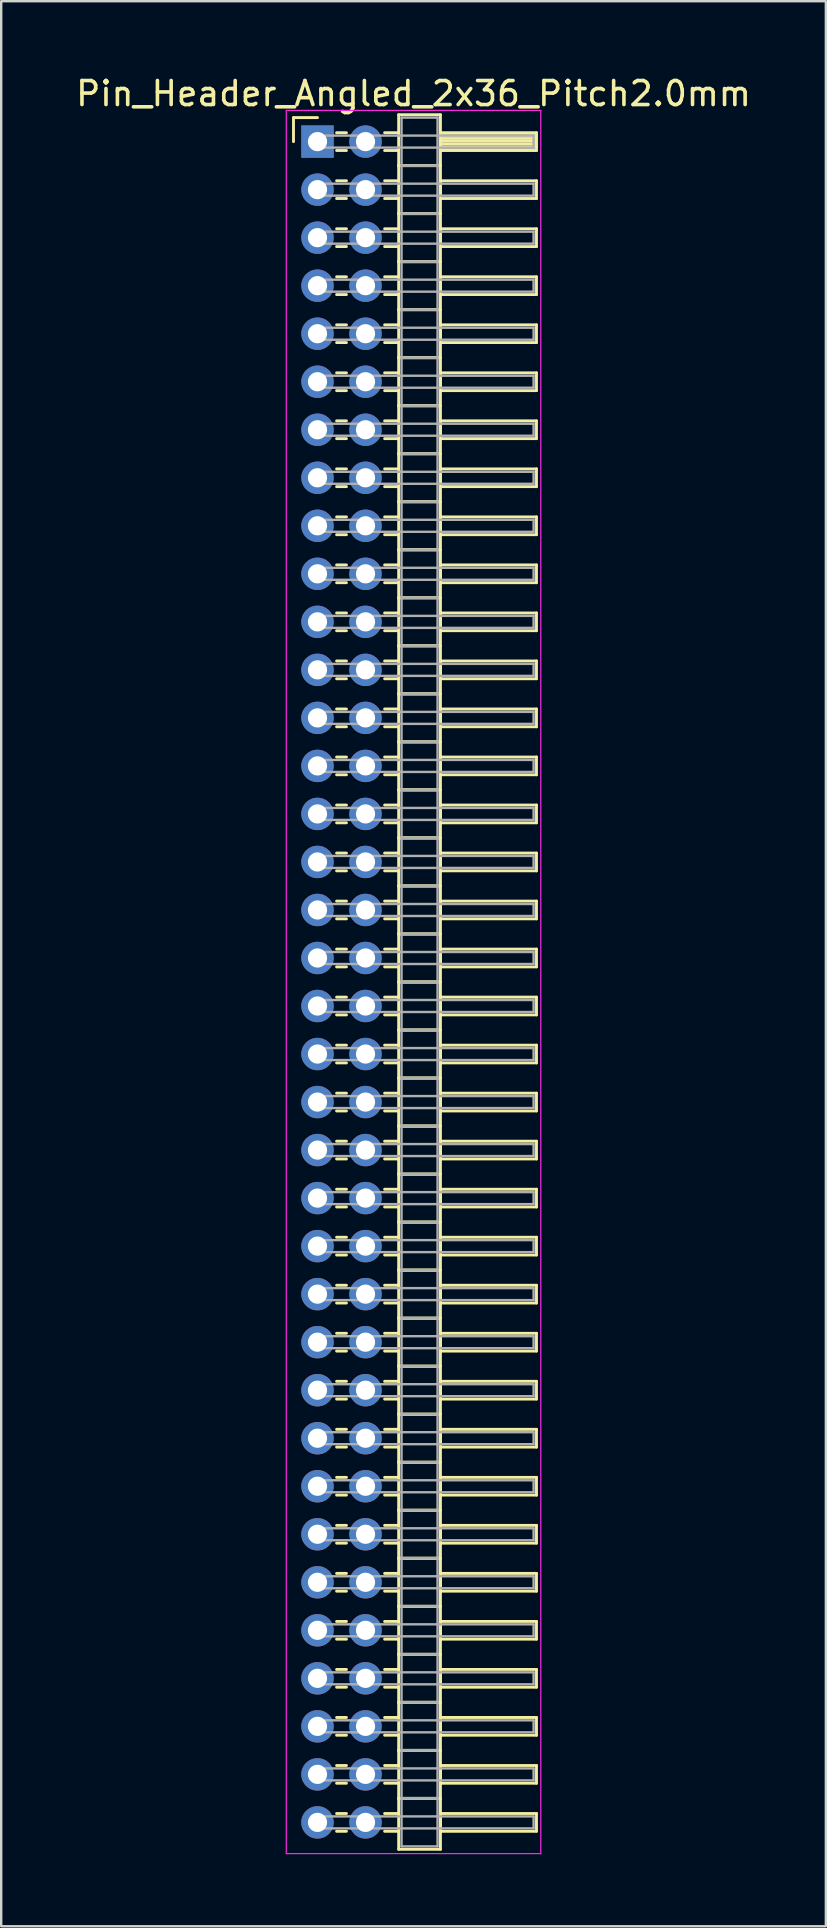
<source format=kicad_pcb>
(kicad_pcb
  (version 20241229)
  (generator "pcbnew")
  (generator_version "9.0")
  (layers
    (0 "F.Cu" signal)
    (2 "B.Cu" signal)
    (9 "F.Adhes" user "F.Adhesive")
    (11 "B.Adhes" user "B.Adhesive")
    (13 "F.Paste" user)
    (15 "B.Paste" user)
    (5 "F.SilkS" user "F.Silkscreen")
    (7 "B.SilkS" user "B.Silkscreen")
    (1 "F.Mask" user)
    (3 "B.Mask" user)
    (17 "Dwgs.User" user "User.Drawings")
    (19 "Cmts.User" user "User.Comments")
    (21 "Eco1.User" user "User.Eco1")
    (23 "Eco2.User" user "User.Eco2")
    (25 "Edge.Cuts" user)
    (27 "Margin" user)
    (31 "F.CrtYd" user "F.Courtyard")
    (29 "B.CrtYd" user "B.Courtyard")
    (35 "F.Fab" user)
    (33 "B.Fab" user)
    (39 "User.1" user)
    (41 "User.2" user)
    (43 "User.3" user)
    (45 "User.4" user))
  (footprint "Pin_Header_Angled_2x36_Pitch2.0mm"
    (layer "F.Cu")
    (at 10.173 2.848)
    (property "Reference" "Pin_Header_Angled_2x36_Pitch2.0mm" (at 4 -2 0) (layer "F.SilkS") (effects (font (size 1 1) (thickness 0.15))))
    (attr through_hole)
    (fp_line (start -1 -1) (end 0 -1) (stroke (width 0.12) (type solid)) (layer "F.SilkS"))
    (fp_line (start -1 0) (end -1 -1) (stroke (width 0.12) (type solid)) (layer "F.SilkS"))
    (fp_line (start 0.795 -0.37) (end 1.205 -0.37) (stroke (width 0.12) (type solid)) (layer "F.SilkS"))
    (fp_line (start 0.795 0.37) (end 1.205 0.37) (stroke (width 0.12) (type solid)) (layer "F.SilkS"))
    (fp_line (start 0.795 1.63) (end 1.205 1.63) (stroke (width 0.12) (type solid)) (layer "F.SilkS"))
    (fp_line (start 0.795 2.37) (end 1.205 2.37) (stroke (width 0.12) (type solid)) (layer "F.SilkS"))
    (fp_line (start 0.795 3.63) (end 1.205 3.63) (stroke (width 0.12) (type solid)) (layer "F.SilkS"))
    (fp_line (start 0.795 4.37) (end 1.205 4.37) (stroke (width 0.12) (type solid)) (layer "F.SilkS"))
    (fp_line (start 0.795 5.63) (end 1.205 5.63) (stroke (width 0.12) (type solid)) (layer "F.SilkS"))
    (fp_line (start 0.795 6.37) (end 1.205 6.37) (stroke (width 0.12) (type solid)) (layer "F.SilkS"))
    (fp_line (start 0.795 7.63) (end 1.205 7.63) (stroke (width 0.12) (type solid)) (layer "F.SilkS"))
    (fp_line (start 0.795 8.37) (end 1.205 8.37) (stroke (width 0.12) (type solid)) (layer "F.SilkS"))
    (fp_line (start 0.795 9.63) (end 1.205 9.63) (stroke (width 0.12) (type solid)) (layer "F.SilkS"))
    (fp_line (start 0.795 10.37) (end 1.205 10.37) (stroke (width 0.12) (type solid)) (layer "F.SilkS"))
    (fp_line (start 0.795 11.63) (end 1.205 11.63) (stroke (width 0.12) (type solid)) (layer "F.SilkS"))
    (fp_line (start 0.795 12.37) (end 1.205 12.37) (stroke (width 0.12) (type solid)) (layer "F.SilkS"))
    (fp_line (start 0.795 13.63) (end 1.205 13.63) (stroke (width 0.12) (type solid)) (layer "F.SilkS"))
    (fp_line (start 0.795 14.37) (end 1.205 14.37) (stroke (width 0.12) (type solid)) (layer "F.SilkS"))
    (fp_line (start 0.795 15.63) (end 1.205 15.63) (stroke (width 0.12) (type solid)) (layer "F.SilkS"))
    (fp_line (start 0.795 16.37) (end 1.205 16.37) (stroke (width 0.12) (type solid)) (layer "F.SilkS"))
    (fp_line (start 0.795 17.63) (end 1.205 17.63) (stroke (width 0.12) (type solid)) (layer "F.SilkS"))
    (fp_line (start 0.795 18.37) (end 1.205 18.37) (stroke (width 0.12) (type solid)) (layer "F.SilkS"))
    (fp_line (start 0.795 19.63) (end 1.205 19.63) (stroke (width 0.12) (type solid)) (layer "F.SilkS"))
    (fp_line (start 0.795 20.37) (end 1.205 20.37) (stroke (width 0.12) (type solid)) (layer "F.SilkS"))
    (fp_line (start 0.795 21.63) (end 1.205 21.63) (stroke (width 0.12) (type solid)) (layer "F.SilkS"))
    (fp_line (start 0.795 22.37) (end 1.205 22.37) (stroke (width 0.12) (type solid)) (layer "F.SilkS"))
    (fp_line (start 0.795 23.63) (end 1.205 23.63) (stroke (width 0.12) (type solid)) (layer "F.SilkS"))
    (fp_line (start 0.795 24.37) (end 1.205 24.37) (stroke (width 0.12) (type solid)) (layer "F.SilkS"))
    (fp_line (start 0.795 25.63) (end 1.205 25.63) (stroke (width 0.12) (type solid)) (layer "F.SilkS"))
    (fp_line (start 0.795 26.37) (end 1.205 26.37) (stroke (width 0.12) (type solid)) (layer "F.SilkS"))
    (fp_line (start 0.795 27.63) (end 1.205 27.63) (stroke (width 0.12) (type solid)) (layer "F.SilkS"))
    (fp_line (start 0.795 28.37) (end 1.205 28.37) (stroke (width 0.12) (type solid)) (layer "F.SilkS"))
    (fp_line (start 0.795 29.63) (end 1.205 29.63) (stroke (width 0.12) (type solid)) (layer "F.SilkS"))
    (fp_line (start 0.795 30.37) (end 1.205 30.37) (stroke (width 0.12) (type solid)) (layer "F.SilkS"))
    (fp_line (start 0.795 31.63) (end 1.205 31.63) (stroke (width 0.12) (type solid)) (layer "F.SilkS"))
    (fp_line (start 0.795 32.37) (end 1.205 32.37) (stroke (width 0.12) (type solid)) (layer "F.SilkS"))
    (fp_line (start 0.795 33.63) (end 1.205 33.63) (stroke (width 0.12) (type solid)) (layer "F.SilkS"))
    (fp_line (start 0.795 34.37) (end 1.205 34.37) (stroke (width 0.12) (type solid)) (layer "F.SilkS"))
    (fp_line (start 0.795 35.63) (end 1.205 35.63) (stroke (width 0.12) (type solid)) (layer "F.SilkS"))
    (fp_line (start 0.795 36.37) (end 1.205 36.37) (stroke (width 0.12) (type solid)) (layer "F.SilkS"))
    (fp_line (start 0.795 37.63) (end 1.205 37.63) (stroke (width 0.12) (type solid)) (layer "F.SilkS"))
    (fp_line (start 0.795 38.37) (end 1.205 38.37) (stroke (width 0.12) (type solid)) (layer "F.SilkS"))
    (fp_line (start 0.795 39.63) (end 1.205 39.63) (stroke (width 0.12) (type solid)) (layer "F.SilkS"))
    (fp_line (start 0.795 40.37) (end 1.205 40.37) (stroke (width 0.12) (type solid)) (layer "F.SilkS"))
    (fp_line (start 0.795 41.63) (end 1.205 41.63) (stroke (width 0.12) (type solid)) (layer "F.SilkS"))
    (fp_line (start 0.795 42.37) (end 1.205 42.37) (stroke (width 0.12) (type solid)) (layer "F.SilkS"))
    (fp_line (start 0.795 43.63) (end 1.205 43.63) (stroke (width 0.12) (type solid)) (layer "F.SilkS"))
    (fp_line (start 0.795 44.37) (end 1.205 44.37) (stroke (width 0.12) (type solid)) (layer "F.SilkS"))
    (fp_line (start 0.795 45.63) (end 1.205 45.63) (stroke (width 0.12) (type solid)) (layer "F.SilkS"))
    (fp_line (start 0.795 46.37) (end 1.205 46.37) (stroke (width 0.12) (type solid)) (layer "F.SilkS"))
    (fp_line (start 0.795 47.63) (end 1.205 47.63) (stroke (width 0.12) (type solid)) (layer "F.SilkS"))
    (fp_line (start 0.795 48.37) (end 1.205 48.37) (stroke (width 0.12) (type solid)) (layer "F.SilkS"))
    (fp_line (start 0.795 49.63) (end 1.205 49.63) (stroke (width 0.12) (type solid)) (layer "F.SilkS"))
    (fp_line (start 0.795 50.37) (end 1.205 50.37) (stroke (width 0.12) (type solid)) (layer "F.SilkS"))
    (fp_line (start 0.795 51.63) (end 1.205 51.63) (stroke (width 0.12) (type solid)) (layer "F.SilkS"))
    (fp_line (start 0.795 52.37) (end 1.205 52.37) (stroke (width 0.12) (type solid)) (layer "F.SilkS"))
    (fp_line (start 0.795 53.63) (end 1.205 53.63) (stroke (width 0.12) (type solid)) (layer "F.SilkS"))
    (fp_line (start 0.795 54.37) (end 1.205 54.37) (stroke (width 0.12) (type solid)) (layer "F.SilkS"))
    (fp_line (start 0.795 55.63) (end 1.205 55.63) (stroke (width 0.12) (type solid)) (layer "F.SilkS"))
    (fp_line (start 0.795 56.37) (end 1.205 56.37) (stroke (width 0.12) (type solid)) (layer "F.SilkS"))
    (fp_line (start 0.795 57.63) (end 1.205 57.63) (stroke (width 0.12) (type solid)) (layer "F.SilkS"))
    (fp_line (start 0.795 58.37) (end 1.205 58.37) (stroke (width 0.12) (type solid)) (layer "F.SilkS"))
    (fp_line (start 0.795 59.63) (end 1.205 59.63) (stroke (width 0.12) (type solid)) (layer "F.SilkS"))
    (fp_line (start 0.795 60.37) (end 1.205 60.37) (stroke (width 0.12) (type solid)) (layer "F.SilkS"))
    (fp_line (start 0.795 61.63) (end 1.205 61.63) (stroke (width 0.12) (type solid)) (layer "F.SilkS"))
    (fp_line (start 0.795 62.37) (end 1.205 62.37) (stroke (width 0.12) (type solid)) (layer "F.SilkS"))
    (fp_line (start 0.795 63.63) (end 1.205 63.63) (stroke (width 0.12) (type solid)) (layer "F.SilkS"))
    (fp_line (start 0.795 64.37) (end 1.205 64.37) (stroke (width 0.12) (type solid)) (layer "F.SilkS"))
    (fp_line (start 0.795 65.63) (end 1.205 65.63) (stroke (width 0.12) (type solid)) (layer "F.SilkS"))
    (fp_line (start 0.795 66.37) (end 1.205 66.37) (stroke (width 0.12) (type solid)) (layer "F.SilkS"))
    (fp_line (start 0.795 67.63) (end 1.205 67.63) (stroke (width 0.12) (type solid)) (layer "F.SilkS"))
    (fp_line (start 0.795 68.37) (end 1.205 68.37) (stroke (width 0.12) (type solid)) (layer "F.SilkS"))
    (fp_line (start 0.795 69.63) (end 1.205 69.63) (stroke (width 0.12) (type solid)) (layer "F.SilkS"))
    (fp_line (start 0.795 70.37) (end 1.205 70.37) (stroke (width 0.12) (type solid)) (layer "F.SilkS"))
    (fp_line (start 2.795 -0.37) (end 3.38 -0.37) (stroke (width 0.12) (type solid)) (layer "F.SilkS"))
    (fp_line (start 2.795 0.37) (end 3.38 0.37) (stroke (width 0.12) (type solid)) (layer "F.SilkS"))
    (fp_line (start 2.795 1.63) (end 3.38 1.63) (stroke (width 0.12) (type solid)) (layer "F.SilkS"))
    (fp_line (start 2.795 2.37) (end 3.38 2.37) (stroke (width 0.12) (type solid)) (layer "F.SilkS"))
    (fp_line (start 2.795 3.63) (end 3.38 3.63) (stroke (width 0.12) (type solid)) (layer "F.SilkS"))
    (fp_line (start 2.795 4.37) (end 3.38 4.37) (stroke (width 0.12) (type solid)) (layer "F.SilkS"))
    (fp_line (start 2.795 5.63) (end 3.38 5.63) (stroke (width 0.12) (type solid)) (layer "F.SilkS"))
    (fp_line (start 2.795 6.37) (end 3.38 6.37) (stroke (width 0.12) (type solid)) (layer "F.SilkS"))
    (fp_line (start 2.795 7.63) (end 3.38 7.63) (stroke (width 0.12) (type solid)) (layer "F.SilkS"))
    (fp_line (start 2.795 8.37) (end 3.38 8.37) (stroke (width 0.12) (type solid)) (layer "F.SilkS"))
    (fp_line (start 2.795 9.63) (end 3.38 9.63) (stroke (width 0.12) (type solid)) (layer "F.SilkS"))
    (fp_line (start 2.795 10.37) (end 3.38 10.37) (stroke (width 0.12) (type solid)) (layer "F.SilkS"))
    (fp_line (start 2.795 11.63) (end 3.38 11.63) (stroke (width 0.12) (type solid)) (layer "F.SilkS"))
    (fp_line (start 2.795 12.37) (end 3.38 12.37) (stroke (width 0.12) (type solid)) (layer "F.SilkS"))
    (fp_line (start 2.795 13.63) (end 3.38 13.63) (stroke (width 0.12) (type solid)) (layer "F.SilkS"))
    (fp_line (start 2.795 14.37) (end 3.38 14.37) (stroke (width 0.12) (type solid)) (layer "F.SilkS"))
    (fp_line (start 2.795 15.63) (end 3.38 15.63) (stroke (width 0.12) (type solid)) (layer "F.SilkS"))
    (fp_line (start 2.795 16.37) (end 3.38 16.37) (stroke (width 0.12) (type solid)) (layer "F.SilkS"))
    (fp_line (start 2.795 17.63) (end 3.38 17.63) (stroke (width 0.12) (type solid)) (layer "F.SilkS"))
    (fp_line (start 2.795 18.37) (end 3.38 18.37) (stroke (width 0.12) (type solid)) (layer "F.SilkS"))
    (fp_line (start 2.795 19.63) (end 3.38 19.63) (stroke (width 0.12) (type solid)) (layer "F.SilkS"))
    (fp_line (start 2.795 20.37) (end 3.38 20.37) (stroke (width 0.12) (type solid)) (layer "F.SilkS"))
    (fp_line (start 2.795 21.63) (end 3.38 21.63) (stroke (width 0.12) (type solid)) (layer "F.SilkS"))
    (fp_line (start 2.795 22.37) (end 3.38 22.37) (stroke (width 0.12) (type solid)) (layer "F.SilkS"))
    (fp_line (start 2.795 23.63) (end 3.38 23.63) (stroke (width 0.12) (type solid)) (layer "F.SilkS"))
    (fp_line (start 2.795 24.37) (end 3.38 24.37) (stroke (width 0.12) (type solid)) (layer "F.SilkS"))
    (fp_line (start 2.795 25.63) (end 3.38 25.63) (stroke (width 0.12) (type solid)) (layer "F.SilkS"))
    (fp_line (start 2.795 26.37) (end 3.38 26.37) (stroke (width 0.12) (type solid)) (layer "F.SilkS"))
    (fp_line (start 2.795 27.63) (end 3.38 27.63) (stroke (width 0.12) (type solid)) (layer "F.SilkS"))
    (fp_line (start 2.795 28.37) (end 3.38 28.37) (stroke (width 0.12) (type solid)) (layer "F.SilkS"))
    (fp_line (start 2.795 29.63) (end 3.38 29.63) (stroke (width 0.12) (type solid)) (layer "F.SilkS"))
    (fp_line (start 2.795 30.37) (end 3.38 30.37) (stroke (width 0.12) (type solid)) (layer "F.SilkS"))
    (fp_line (start 2.795 31.63) (end 3.38 31.63) (stroke (width 0.12) (type solid)) (layer "F.SilkS"))
    (fp_line (start 2.795 32.37) (end 3.38 32.37) (stroke (width 0.12) (type solid)) (layer "F.SilkS"))
    (fp_line (start 2.795 33.63) (end 3.38 33.63) (stroke (width 0.12) (type solid)) (layer "F.SilkS"))
    (fp_line (start 2.795 34.37) (end 3.38 34.37) (stroke (width 0.12) (type solid)) (layer "F.SilkS"))
    (fp_line (start 2.795 35.63) (end 3.38 35.63) (stroke (width 0.12) (type solid)) (layer "F.SilkS"))
    (fp_line (start 2.795 36.37) (end 3.38 36.37) (stroke (width 0.12) (type solid)) (layer "F.SilkS"))
    (fp_line (start 2.795 37.63) (end 3.38 37.63) (stroke (width 0.12) (type solid)) (layer "F.SilkS"))
    (fp_line (start 2.795 38.37) (end 3.38 38.37) (stroke (width 0.12) (type solid)) (layer "F.SilkS"))
    (fp_line (start 2.795 39.63) (end 3.38 39.63) (stroke (width 0.12) (type solid)) (layer "F.SilkS"))
    (fp_line (start 2.795 40.37) (end 3.38 40.37) (stroke (width 0.12) (type solid)) (layer "F.SilkS"))
    (fp_line (start 2.795 41.63) (end 3.38 41.63) (stroke (width 0.12) (type solid)) (layer "F.SilkS"))
    (fp_line (start 2.795 42.37) (end 3.38 42.37) (stroke (width 0.12) (type solid)) (layer "F.SilkS"))
    (fp_line (start 2.795 43.63) (end 3.38 43.63) (stroke (width 0.12) (type solid)) (layer "F.SilkS"))
    (fp_line (start 2.795 44.37) (end 3.38 44.37) (stroke (width 0.12) (type solid)) (layer "F.SilkS"))
    (fp_line (start 2.795 45.63) (end 3.38 45.63) (stroke (width 0.12) (type solid)) (layer "F.SilkS"))
    (fp_line (start 2.795 46.37) (end 3.38 46.37) (stroke (width 0.12) (type solid)) (layer "F.SilkS"))
    (fp_line (start 2.795 47.63) (end 3.38 47.63) (stroke (width 0.12) (type solid)) (layer "F.SilkS"))
    (fp_line (start 2.795 48.37) (end 3.38 48.37) (stroke (width 0.12) (type solid)) (layer "F.SilkS"))
    (fp_line (start 2.795 49.63) (end 3.38 49.63) (stroke (width 0.12) (type solid)) (layer "F.SilkS"))
    (fp_line (start 2.795 50.37) (end 3.38 50.37) (stroke (width 0.12) (type solid)) (layer "F.SilkS"))
    (fp_line (start 2.795 51.63) (end 3.38 51.63) (stroke (width 0.12) (type solid)) (layer "F.SilkS"))
    (fp_line (start 2.795 52.37) (end 3.38 52.37) (stroke (width 0.12) (type solid)) (layer "F.SilkS"))
    (fp_line (start 2.795 53.63) (end 3.38 53.63) (stroke (width 0.12) (type solid)) (layer "F.SilkS"))
    (fp_line (start 2.795 54.37) (end 3.38 54.37) (stroke (width 0.12) (type solid)) (layer "F.SilkS"))
    (fp_line (start 2.795 55.63) (end 3.38 55.63) (stroke (width 0.12) (type solid)) (layer "F.SilkS"))
    (fp_line (start 2.795 56.37) (end 3.38 56.37) (stroke (width 0.12) (type solid)) (layer "F.SilkS"))
    (fp_line (start 2.795 57.63) (end 3.38 57.63) (stroke (width 0.12) (type solid)) (layer "F.SilkS"))
    (fp_line (start 2.795 58.37) (end 3.38 58.37) (stroke (width 0.12) (type solid)) (layer "F.SilkS"))
    (fp_line (start 2.795 59.63) (end 3.38 59.63) (stroke (width 0.12) (type solid)) (layer "F.SilkS"))
    (fp_line (start 2.795 60.37) (end 3.38 60.37) (stroke (width 0.12) (type solid)) (layer "F.SilkS"))
    (fp_line (start 2.795 61.63) (end 3.38 61.63) (stroke (width 0.12) (type solid)) (layer "F.SilkS"))
    (fp_line (start 2.795 62.37) (end 3.38 62.37) (stroke (width 0.12) (type solid)) (layer "F.SilkS"))
    (fp_line (start 2.795 63.63) (end 3.38 63.63) (stroke (width 0.12) (type solid)) (layer "F.SilkS"))
    (fp_line (start 2.795 64.37) (end 3.38 64.37) (stroke (width 0.12) (type solid)) (layer "F.SilkS"))
    (fp_line (start 2.795 65.63) (end 3.38 65.63) (stroke (width 0.12) (type solid)) (layer "F.SilkS"))
    (fp_line (start 2.795 66.37) (end 3.38 66.37) (stroke (width 0.12) (type solid)) (layer "F.SilkS"))
    (fp_line (start 2.795 67.63) (end 3.38 67.63) (stroke (width 0.12) (type solid)) (layer "F.SilkS"))
    (fp_line (start 2.795 68.37) (end 3.38 68.37) (stroke (width 0.12) (type solid)) (layer "F.SilkS"))
    (fp_line (start 2.795 69.63) (end 3.38 69.63) (stroke (width 0.12) (type solid)) (layer "F.SilkS"))
    (fp_line (start 2.795 70.37) (end 3.38 70.37) (stroke (width 0.12) (type solid)) (layer "F.SilkS"))
    (fp_line (start 3.38 -1.12) (end 3.38 1) (stroke (width 0.12) (type solid)) (layer "F.SilkS"))
    (fp_line (start 3.38 1) (end 3.38 3) (stroke (width 0.12) (type solid)) (layer "F.SilkS"))
    (fp_line (start 3.38 1) (end 5.12 1) (stroke (width 0.12) (type solid)) (layer "F.SilkS"))
    (fp_line (start 3.38 3) (end 3.38 5) (stroke (width 0.12) (type solid)) (layer "F.SilkS"))
    (fp_line (start 3.38 3) (end 5.12 3) (stroke (width 0.12) (type solid)) (layer "F.SilkS"))
    (fp_line (start 3.38 5) (end 3.38 7) (stroke (width 0.12) (type solid)) (layer "F.SilkS"))
    (fp_line (start 3.38 5) (end 5.12 5) (stroke (width 0.12) (type solid)) (layer "F.SilkS"))
    (fp_line (start 3.38 7) (end 3.38 9) (stroke (width 0.12) (type solid)) (layer "F.SilkS"))
    (fp_line (start 3.38 7) (end 5.12 7) (stroke (width 0.12) (type solid)) (layer "F.SilkS"))
    (fp_line (start 3.38 9) (end 3.38 11) (stroke (width 0.12) (type solid)) (layer "F.SilkS"))
    (fp_line (start 3.38 9) (end 5.12 9) (stroke (width 0.12) (type solid)) (layer "F.SilkS"))
    (fp_line (start 3.38 11) (end 3.38 13) (stroke (width 0.12) (type solid)) (layer "F.SilkS"))
    (fp_line (start 3.38 11) (end 5.12 11) (stroke (width 0.12) (type solid)) (layer "F.SilkS"))
    (fp_line (start 3.38 13) (end 3.38 15) (stroke (width 0.12) (type solid)) (layer "F.SilkS"))
    (fp_line (start 3.38 13) (end 5.12 13) (stroke (width 0.12) (type solid)) (layer "F.SilkS"))
    (fp_line (start 3.38 15) (end 3.38 17) (stroke (width 0.12) (type solid)) (layer "F.SilkS"))
    (fp_line (start 3.38 15) (end 5.12 15) (stroke (width 0.12) (type solid)) (layer "F.SilkS"))
    (fp_line (start 3.38 17) (end 3.38 19) (stroke (width 0.12) (type solid)) (layer "F.SilkS"))
    (fp_line (start 3.38 17) (end 5.12 17) (stroke (width 0.12) (type solid)) (layer "F.SilkS"))
    (fp_line (start 3.38 19) (end 3.38 21) (stroke (width 0.12) (type solid)) (layer "F.SilkS"))
    (fp_line (start 3.38 19) (end 5.12 19) (stroke (width 0.12) (type solid)) (layer "F.SilkS"))
    (fp_line (start 3.38 21) (end 3.38 23) (stroke (width 0.12) (type solid)) (layer "F.SilkS"))
    (fp_line (start 3.38 21) (end 5.12 21) (stroke (width 0.12) (type solid)) (layer "F.SilkS"))
    (fp_line (start 3.38 23) (end 3.38 25) (stroke (width 0.12) (type solid)) (layer "F.SilkS"))
    (fp_line (start 3.38 23) (end 5.12 23) (stroke (width 0.12) (type solid)) (layer "F.SilkS"))
    (fp_line (start 3.38 25) (end 3.38 27) (stroke (width 0.12) (type solid)) (layer "F.SilkS"))
    (fp_line (start 3.38 25) (end 5.12 25) (stroke (width 0.12) (type solid)) (layer "F.SilkS"))
    (fp_line (start 3.38 27) (end 3.38 29) (stroke (width 0.12) (type solid)) (layer "F.SilkS"))
    (fp_line (start 3.38 27) (end 5.12 27) (stroke (width 0.12) (type solid)) (layer "F.SilkS"))
    (fp_line (start 3.38 29) (end 3.38 31) (stroke (width 0.12) (type solid)) (layer "F.SilkS"))
    (fp_line (start 3.38 29) (end 5.12 29) (stroke (width 0.12) (type solid)) (layer "F.SilkS"))
    (fp_line (start 3.38 31) (end 3.38 33) (stroke (width 0.12) (type solid)) (layer "F.SilkS"))
    (fp_line (start 3.38 31) (end 5.12 31) (stroke (width 0.12) (type solid)) (layer "F.SilkS"))
    (fp_line (start 3.38 33) (end 3.38 35) (stroke (width 0.12) (type solid)) (layer "F.SilkS"))
    (fp_line (start 3.38 33) (end 5.12 33) (stroke (width 0.12) (type solid)) (layer "F.SilkS"))
    (fp_line (start 3.38 35) (end 3.38 37) (stroke (width 0.12) (type solid)) (layer "F.SilkS"))
    (fp_line (start 3.38 35) (end 5.12 35) (stroke (width 0.12) (type solid)) (layer "F.SilkS"))
    (fp_line (start 3.38 37) (end 3.38 39) (stroke (width 0.12) (type solid)) (layer "F.SilkS"))
    (fp_line (start 3.38 37) (end 5.12 37) (stroke (width 0.12) (type solid)) (layer "F.SilkS"))
    (fp_line (start 3.38 39) (end 3.38 41) (stroke (width 0.12) (type solid)) (layer "F.SilkS"))
    (fp_line (start 3.38 39) (end 5.12 39) (stroke (width 0.12) (type solid)) (layer "F.SilkS"))
    (fp_line (start 3.38 41) (end 3.38 43) (stroke (width 0.12) (type solid)) (layer "F.SilkS"))
    (fp_line (start 3.38 41) (end 5.12 41) (stroke (width 0.12) (type solid)) (layer "F.SilkS"))
    (fp_line (start 3.38 43) (end 3.38 45) (stroke (width 0.12) (type solid)) (layer "F.SilkS"))
    (fp_line (start 3.38 43) (end 5.12 43) (stroke (width 0.12) (type solid)) (layer "F.SilkS"))
    (fp_line (start 3.38 45) (end 3.38 47) (stroke (width 0.12) (type solid)) (layer "F.SilkS"))
    (fp_line (start 3.38 45) (end 5.12 45) (stroke (width 0.12) (type solid)) (layer "F.SilkS"))
    (fp_line (start 3.38 47) (end 3.38 49) (stroke (width 0.12) (type solid)) (layer "F.SilkS"))
    (fp_line (start 3.38 47) (end 5.12 47) (stroke (width 0.12) (type solid)) (layer "F.SilkS"))
    (fp_line (start 3.38 49) (end 3.38 51) (stroke (width 0.12) (type solid)) (layer "F.SilkS"))
    (fp_line (start 3.38 49) (end 5.12 49) (stroke (width 0.12) (type solid)) (layer "F.SilkS"))
    (fp_line (start 3.38 51) (end 3.38 53) (stroke (width 0.12) (type solid)) (layer "F.SilkS"))
    (fp_line (start 3.38 51) (end 5.12 51) (stroke (width 0.12) (type solid)) (layer "F.SilkS"))
    (fp_line (start 3.38 53) (end 3.38 55) (stroke (width 0.12) (type solid)) (layer "F.SilkS"))
    (fp_line (start 3.38 53) (end 5.12 53) (stroke (width 0.12) (type solid)) (layer "F.SilkS"))
    (fp_line (start 3.38 55) (end 3.38 57) (stroke (width 0.12) (type solid)) (layer "F.SilkS"))
    (fp_line (start 3.38 55) (end 5.12 55) (stroke (width 0.12) (type solid)) (layer "F.SilkS"))
    (fp_line (start 3.38 57) (end 3.38 59) (stroke (width 0.12) (type solid)) (layer "F.SilkS"))
    (fp_line (start 3.38 57) (end 5.12 57) (stroke (width 0.12) (type solid)) (layer "F.SilkS"))
    (fp_line (start 3.38 59) (end 3.38 61) (stroke (width 0.12) (type solid)) (layer "F.SilkS"))
    (fp_line (start 3.38 59) (end 5.12 59) (stroke (width 0.12) (type solid)) (layer "F.SilkS"))
    (fp_line (start 3.38 61) (end 3.38 63) (stroke (width 0.12) (type solid)) (layer "F.SilkS"))
    (fp_line (start 3.38 61) (end 5.12 61) (stroke (width 0.12) (type solid)) (layer "F.SilkS"))
    (fp_line (start 3.38 63) (end 3.38 65) (stroke (width 0.12) (type solid)) (layer "F.SilkS"))
    (fp_line (start 3.38 63) (end 5.12 63) (stroke (width 0.12) (type solid)) (layer "F.SilkS"))
    (fp_line (start 3.38 65) (end 3.38 67) (stroke (width 0.12) (type solid)) (layer "F.SilkS"))
    (fp_line (start 3.38 65) (end 5.12 65) (stroke (width 0.12) (type solid)) (layer "F.SilkS"))
    (fp_line (start 3.38 67) (end 3.38 69) (stroke (width 0.12) (type solid)) (layer "F.SilkS"))
    (fp_line (start 3.38 67) (end 5.12 67) (stroke (width 0.12) (type solid)) (layer "F.SilkS"))
    (fp_line (start 3.38 69) (end 3.38 71.12) (stroke (width 0.12) (type solid)) (layer "F.SilkS"))
    (fp_line (start 3.38 69) (end 5.12 69) (stroke (width 0.12) (type solid)) (layer "F.SilkS"))
    (fp_line (start 3.38 71.12) (end 5.12 71.12) (stroke (width 0.12) (type solid)) (layer "F.SilkS"))
    (fp_line (start 5.12 -1.12) (end 3.38 -1.12) (stroke (width 0.12) (type solid)) (layer "F.SilkS"))
    (fp_line (start 5.12 -0.37) (end 5.12 0.37) (stroke (width 0.12) (type solid)) (layer "F.SilkS"))
    (fp_line (start 5.12 -0.25) (end 9.12 -0.25) (stroke (width 0.12) (type solid)) (layer "F.SilkS"))
    (fp_line (start 5.12 -0.13) (end 9.12 -0.13) (stroke (width 0.12) (type solid)) (layer "F.SilkS"))
    (fp_line (start 5.12 -0.01) (end 9.12 -0.01) (stroke (width 0.12) (type solid)) (layer "F.SilkS"))
    (fp_line (start 5.12 0.11) (end 9.12 0.11) (stroke (width 0.12) (type solid)) (layer "F.SilkS"))
    (fp_line (start 5.12 0.23) (end 9.12 0.23) (stroke (width 0.12) (type solid)) (layer "F.SilkS"))
    (fp_line (start 5.12 0.35) (end 9.12 0.35) (stroke (width 0.12) (type solid)) (layer "F.SilkS"))
    (fp_line (start 5.12 0.37) (end 9.12 0.37) (stroke (width 0.12) (type solid)) (layer "F.SilkS"))
    (fp_line (start 5.12 1) (end 3.38 1) (stroke (width 0.12) (type solid)) (layer "F.SilkS"))
    (fp_line (start 5.12 1) (end 5.12 -1.12) (stroke (width 0.12) (type solid)) (layer "F.SilkS"))
    (fp_line (start 5.12 1.63) (end 5.12 2.37) (stroke (width 0.12) (type solid)) (layer "F.SilkS"))
    (fp_line (start 5.12 2.37) (end 9.12 2.37) (stroke (width 0.12) (type solid)) (layer "F.SilkS"))
    (fp_line (start 5.12 3) (end 3.38 3) (stroke (width 0.12) (type solid)) (layer "F.SilkS"))
    (fp_line (start 5.12 3) (end 5.12 1) (stroke (width 0.12) (type solid)) (layer "F.SilkS"))
    (fp_line (start 5.12 3.63) (end 5.12 4.37) (stroke (width 0.12) (type solid)) (layer "F.SilkS"))
    (fp_line (start 5.12 4.37) (end 9.12 4.37) (stroke (width 0.12) (type solid)) (layer "F.SilkS"))
    (fp_line (start 5.12 5) (end 3.38 5) (stroke (width 0.12) (type solid)) (layer "F.SilkS"))
    (fp_line (start 5.12 5) (end 5.12 3) (stroke (width 0.12) (type solid)) (layer "F.SilkS"))
    (fp_line (start 5.12 5.63) (end 5.12 6.37) (stroke (width 0.12) (type solid)) (layer "F.SilkS"))
    (fp_line (start 5.12 6.37) (end 9.12 6.37) (stroke (width 0.12) (type solid)) (layer "F.SilkS"))
    (fp_line (start 5.12 7) (end 3.38 7) (stroke (width 0.12) (type solid)) (layer "F.SilkS"))
    (fp_line (start 5.12 7) (end 5.12 5) (stroke (width 0.12) (type solid)) (layer "F.SilkS"))
    (fp_line (start 5.12 7.63) (end 5.12 8.37) (stroke (width 0.12) (type solid)) (layer "F.SilkS"))
    (fp_line (start 5.12 8.37) (end 9.12 8.37) (stroke (width 0.12) (type solid)) (layer "F.SilkS"))
    (fp_line (start 5.12 9) (end 3.38 9) (stroke (width 0.12) (type solid)) (layer "F.SilkS"))
    (fp_line (start 5.12 9) (end 5.12 7) (stroke (width 0.12) (type solid)) (layer "F.SilkS"))
    (fp_line (start 5.12 9.63) (end 5.12 10.37) (stroke (width 0.12) (type solid)) (layer "F.SilkS"))
    (fp_line (start 5.12 10.37) (end 9.12 10.37) (stroke (width 0.12) (type solid)) (layer "F.SilkS"))
    (fp_line (start 5.12 11) (end 3.38 11) (stroke (width 0.12) (type solid)) (layer "F.SilkS"))
    (fp_line (start 5.12 11) (end 5.12 9) (stroke (width 0.12) (type solid)) (layer "F.SilkS"))
    (fp_line (start 5.12 11.63) (end 5.12 12.37) (stroke (width 0.12) (type solid)) (layer "F.SilkS"))
    (fp_line (start 5.12 12.37) (end 9.12 12.37) (stroke (width 0.12) (type solid)) (layer "F.SilkS"))
    (fp_line (start 5.12 13) (end 3.38 13) (stroke (width 0.12) (type solid)) (layer "F.SilkS"))
    (fp_line (start 5.12 13) (end 5.12 11) (stroke (width 0.12) (type solid)) (layer "F.SilkS"))
    (fp_line (start 5.12 13.63) (end 5.12 14.37) (stroke (width 0.12) (type solid)) (layer "F.SilkS"))
    (fp_line (start 5.12 14.37) (end 9.12 14.37) (stroke (width 0.12) (type solid)) (layer "F.SilkS"))
    (fp_line (start 5.12 15) (end 3.38 15) (stroke (width 0.12) (type solid)) (layer "F.SilkS"))
    (fp_line (start 5.12 15) (end 5.12 13) (stroke (width 0.12) (type solid)) (layer "F.SilkS"))
    (fp_line (start 5.12 15.63) (end 5.12 16.37) (stroke (width 0.12) (type solid)) (layer "F.SilkS"))
    (fp_line (start 5.12 16.37) (end 9.12 16.37) (stroke (width 0.12) (type solid)) (layer "F.SilkS"))
    (fp_line (start 5.12 17) (end 3.38 17) (stroke (width 0.12) (type solid)) (layer "F.SilkS"))
    (fp_line (start 5.12 17) (end 5.12 15) (stroke (width 0.12) (type solid)) (layer "F.SilkS"))
    (fp_line (start 5.12 17.63) (end 5.12 18.37) (stroke (width 0.12) (type solid)) (layer "F.SilkS"))
    (fp_line (start 5.12 18.37) (end 9.12 18.37) (stroke (width 0.12) (type solid)) (layer "F.SilkS"))
    (fp_line (start 5.12 19) (end 3.38 19) (stroke (width 0.12) (type solid)) (layer "F.SilkS"))
    (fp_line (start 5.12 19) (end 5.12 17) (stroke (width 0.12) (type solid)) (layer "F.SilkS"))
    (fp_line (start 5.12 19.63) (end 5.12 20.37) (stroke (width 0.12) (type solid)) (layer "F.SilkS"))
    (fp_line (start 5.12 20.37) (end 9.12 20.37) (stroke (width 0.12) (type solid)) (layer "F.SilkS"))
    (fp_line (start 5.12 21) (end 3.38 21) (stroke (width 0.12) (type solid)) (layer "F.SilkS"))
    (fp_line (start 5.12 21) (end 5.12 19) (stroke (width 0.12) (type solid)) (layer "F.SilkS"))
    (fp_line (start 5.12 21.63) (end 5.12 22.37) (stroke (width 0.12) (type solid)) (layer "F.SilkS"))
    (fp_line (start 5.12 22.37) (end 9.12 22.37) (stroke (width 0.12) (type solid)) (layer "F.SilkS"))
    (fp_line (start 5.12 23) (end 3.38 23) (stroke (width 0.12) (type solid)) (layer "F.SilkS"))
    (fp_line (start 5.12 23) (end 5.12 21) (stroke (width 0.12) (type solid)) (layer "F.SilkS"))
    (fp_line (start 5.12 23.63) (end 5.12 24.37) (stroke (width 0.12) (type solid)) (layer "F.SilkS"))
    (fp_line (start 5.12 24.37) (end 9.12 24.37) (stroke (width 0.12) (type solid)) (layer "F.SilkS"))
    (fp_line (start 5.12 25) (end 3.38 25) (stroke (width 0.12) (type solid)) (layer "F.SilkS"))
    (fp_line (start 5.12 25) (end 5.12 23) (stroke (width 0.12) (type solid)) (layer "F.SilkS"))
    (fp_line (start 5.12 25.63) (end 5.12 26.37) (stroke (width 0.12) (type solid)) (layer "F.SilkS"))
    (fp_line (start 5.12 26.37) (end 9.12 26.37) (stroke (width 0.12) (type solid)) (layer "F.SilkS"))
    (fp_line (start 5.12 27) (end 3.38 27) (stroke (width 0.12) (type solid)) (layer "F.SilkS"))
    (fp_line (start 5.12 27) (end 5.12 25) (stroke (width 0.12) (type solid)) (layer "F.SilkS"))
    (fp_line (start 5.12 27.63) (end 5.12 28.37) (stroke (width 0.12) (type solid)) (layer "F.SilkS"))
    (fp_line (start 5.12 28.37) (end 9.12 28.37) (stroke (width 0.12) (type solid)) (layer "F.SilkS"))
    (fp_line (start 5.12 29) (end 3.38 29) (stroke (width 0.12) (type solid)) (layer "F.SilkS"))
    (fp_line (start 5.12 29) (end 5.12 27) (stroke (width 0.12) (type solid)) (layer "F.SilkS"))
    (fp_line (start 5.12 29.63) (end 5.12 30.37) (stroke (width 0.12) (type solid)) (layer "F.SilkS"))
    (fp_line (start 5.12 30.37) (end 9.12 30.37) (stroke (width 0.12) (type solid)) (layer "F.SilkS"))
    (fp_line (start 5.12 31) (end 3.38 31) (stroke (width 0.12) (type solid)) (layer "F.SilkS"))
    (fp_line (start 5.12 31) (end 5.12 29) (stroke (width 0.12) (type solid)) (layer "F.SilkS"))
    (fp_line (start 5.12 31.63) (end 5.12 32.37) (stroke (width 0.12) (type solid)) (layer "F.SilkS"))
    (fp_line (start 5.12 32.37) (end 9.12 32.37) (stroke (width 0.12) (type solid)) (layer "F.SilkS"))
    (fp_line (start 5.12 33) (end 3.38 33) (stroke (width 0.12) (type solid)) (layer "F.SilkS"))
    (fp_line (start 5.12 33) (end 5.12 31) (stroke (width 0.12) (type solid)) (layer "F.SilkS"))
    (fp_line (start 5.12 33.63) (end 5.12 34.37) (stroke (width 0.12) (type solid)) (layer "F.SilkS"))
    (fp_line (start 5.12 34.37) (end 9.12 34.37) (stroke (width 0.12) (type solid)) (layer "F.SilkS"))
    (fp_line (start 5.12 35) (end 3.38 35) (stroke (width 0.12) (type solid)) (layer "F.SilkS"))
    (fp_line (start 5.12 35) (end 5.12 33) (stroke (width 0.12) (type solid)) (layer "F.SilkS"))
    (fp_line (start 5.12 35.63) (end 5.12 36.37) (stroke (width 0.12) (type solid)) (layer "F.SilkS"))
    (fp_line (start 5.12 36.37) (end 9.12 36.37) (stroke (width 0.12) (type solid)) (layer "F.SilkS"))
    (fp_line (start 5.12 37) (end 3.38 37) (stroke (width 0.12) (type solid)) (layer "F.SilkS"))
    (fp_line (start 5.12 37) (end 5.12 35) (stroke (width 0.12) (type solid)) (layer "F.SilkS"))
    (fp_line (start 5.12 37.63) (end 5.12 38.37) (stroke (width 0.12) (type solid)) (layer "F.SilkS"))
    (fp_line (start 5.12 38.37) (end 9.12 38.37) (stroke (width 0.12) (type solid)) (layer "F.SilkS"))
    (fp_line (start 5.12 39) (end 3.38 39) (stroke (width 0.12) (type solid)) (layer "F.SilkS"))
    (fp_line (start 5.12 39) (end 5.12 37) (stroke (width 0.12) (type solid)) (layer "F.SilkS"))
    (fp_line (start 5.12 39.63) (end 5.12 40.37) (stroke (width 0.12) (type solid)) (layer "F.SilkS"))
    (fp_line (start 5.12 40.37) (end 9.12 40.37) (stroke (width 0.12) (type solid)) (layer "F.SilkS"))
    (fp_line (start 5.12 41) (end 3.38 41) (stroke (width 0.12) (type solid)) (layer "F.SilkS"))
    (fp_line (start 5.12 41) (end 5.12 39) (stroke (width 0.12) (type solid)) (layer "F.SilkS"))
    (fp_line (start 5.12 41.63) (end 5.12 42.37) (stroke (width 0.12) (type solid)) (layer "F.SilkS"))
    (fp_line (start 5.12 42.37) (end 9.12 42.37) (stroke (width 0.12) (type solid)) (layer "F.SilkS"))
    (fp_line (start 5.12 43) (end 3.38 43) (stroke (width 0.12) (type solid)) (layer "F.SilkS"))
    (fp_line (start 5.12 43) (end 5.12 41) (stroke (width 0.12) (type solid)) (layer "F.SilkS"))
    (fp_line (start 5.12 43.63) (end 5.12 44.37) (stroke (width 0.12) (type solid)) (layer "F.SilkS"))
    (fp_line (start 5.12 44.37) (end 9.12 44.37) (stroke (width 0.12) (type solid)) (layer "F.SilkS"))
    (fp_line (start 5.12 45) (end 3.38 45) (stroke (width 0.12) (type solid)) (layer "F.SilkS"))
    (fp_line (start 5.12 45) (end 5.12 43) (stroke (width 0.12) (type solid)) (layer "F.SilkS"))
    (fp_line (start 5.12 45.63) (end 5.12 46.37) (stroke (width 0.12) (type solid)) (layer "F.SilkS"))
    (fp_line (start 5.12 46.37) (end 9.12 46.37) (stroke (width 0.12) (type solid)) (layer "F.SilkS"))
    (fp_line (start 5.12 47) (end 3.38 47) (stroke (width 0.12) (type solid)) (layer "F.SilkS"))
    (fp_line (start 5.12 47) (end 5.12 45) (stroke (width 0.12) (type solid)) (layer "F.SilkS"))
    (fp_line (start 5.12 47.63) (end 5.12 48.37) (stroke (width 0.12) (type solid)) (layer "F.SilkS"))
    (fp_line (start 5.12 48.37) (end 9.12 48.37) (stroke (width 0.12) (type solid)) (layer "F.SilkS"))
    (fp_line (start 5.12 49) (end 3.38 49) (stroke (width 0.12) (type solid)) (layer "F.SilkS"))
    (fp_line (start 5.12 49) (end 5.12 47) (stroke (width 0.12) (type solid)) (layer "F.SilkS"))
    (fp_line (start 5.12 49.63) (end 5.12 50.37) (stroke (width 0.12) (type solid)) (layer "F.SilkS"))
    (fp_line (start 5.12 50.37) (end 9.12 50.37) (stroke (width 0.12) (type solid)) (layer "F.SilkS"))
    (fp_line (start 5.12 51) (end 3.38 51) (stroke (width 0.12) (type solid)) (layer "F.SilkS"))
    (fp_line (start 5.12 51) (end 5.12 49) (stroke (width 0.12) (type solid)) (layer "F.SilkS"))
    (fp_line (start 5.12 51.63) (end 5.12 52.37) (stroke (width 0.12) (type solid)) (layer "F.SilkS"))
    (fp_line (start 5.12 52.37) (end 9.12 52.37) (stroke (width 0.12) (type solid)) (layer "F.SilkS"))
    (fp_line (start 5.12 53) (end 3.38 53) (stroke (width 0.12) (type solid)) (layer "F.SilkS"))
    (fp_line (start 5.12 53) (end 5.12 51) (stroke (width 0.12) (type solid)) (layer "F.SilkS"))
    (fp_line (start 5.12 53.63) (end 5.12 54.37) (stroke (width 0.12) (type solid)) (layer "F.SilkS"))
    (fp_line (start 5.12 54.37) (end 9.12 54.37) (stroke (width 0.12) (type solid)) (layer "F.SilkS"))
    (fp_line (start 5.12 55) (end 3.38 55) (stroke (width 0.12) (type solid)) (layer "F.SilkS"))
    (fp_line (start 5.12 55) (end 5.12 53) (stroke (width 0.12) (type solid)) (layer "F.SilkS"))
    (fp_line (start 5.12 55.63) (end 5.12 56.37) (stroke (width 0.12) (type solid)) (layer "F.SilkS"))
    (fp_line (start 5.12 56.37) (end 9.12 56.37) (stroke (width 0.12) (type solid)) (layer "F.SilkS"))
    (fp_line (start 5.12 57) (end 3.38 57) (stroke (width 0.12) (type solid)) (layer "F.SilkS"))
    (fp_line (start 5.12 57) (end 5.12 55) (stroke (width 0.12) (type solid)) (layer "F.SilkS"))
    (fp_line (start 5.12 57.63) (end 5.12 58.37) (stroke (width 0.12) (type solid)) (layer "F.SilkS"))
    (fp_line (start 5.12 58.37) (end 9.12 58.37) (stroke (width 0.12) (type solid)) (layer "F.SilkS"))
    (fp_line (start 5.12 59) (end 3.38 59) (stroke (width 0.12) (type solid)) (layer "F.SilkS"))
    (fp_line (start 5.12 59) (end 5.12 57) (stroke (width 0.12) (type solid)) (layer "F.SilkS"))
    (fp_line (start 5.12 59.63) (end 5.12 60.37) (stroke (width 0.12) (type solid)) (layer "F.SilkS"))
    (fp_line (start 5.12 60.37) (end 9.12 60.37) (stroke (width 0.12) (type solid)) (layer "F.SilkS"))
    (fp_line (start 5.12 61) (end 3.38 61) (stroke (width 0.12) (type solid)) (layer "F.SilkS"))
    (fp_line (start 5.12 61) (end 5.12 59) (stroke (width 0.12) (type solid)) (layer "F.SilkS"))
    (fp_line (start 5.12 61.63) (end 5.12 62.37) (stroke (width 0.12) (type solid)) (layer "F.SilkS"))
    (fp_line (start 5.12 62.37) (end 9.12 62.37) (stroke (width 0.12) (type solid)) (layer "F.SilkS"))
    (fp_line (start 5.12 63) (end 3.38 63) (stroke (width 0.12) (type solid)) (layer "F.SilkS"))
    (fp_line (start 5.12 63) (end 5.12 61) (stroke (width 0.12) (type solid)) (layer "F.SilkS"))
    (fp_line (start 5.12 63.63) (end 5.12 64.37) (stroke (width 0.12) (type solid)) (layer "F.SilkS"))
    (fp_line (start 5.12 64.37) (end 9.12 64.37) (stroke (width 0.12) (type solid)) (layer "F.SilkS"))
    (fp_line (start 5.12 65) (end 3.38 65) (stroke (width 0.12) (type solid)) (layer "F.SilkS"))
    (fp_line (start 5.12 65) (end 5.12 63) (stroke (width 0.12) (type solid)) (layer "F.SilkS"))
    (fp_line (start 5.12 65.63) (end 5.12 66.37) (stroke (width 0.12) (type solid)) (layer "F.SilkS"))
    (fp_line (start 5.12 66.37) (end 9.12 66.37) (stroke (width 0.12) (type solid)) (layer "F.SilkS"))
    (fp_line (start 5.12 67) (end 3.38 67) (stroke (width 0.12) (type solid)) (layer "F.SilkS"))
    (fp_line (start 5.12 67) (end 5.12 65) (stroke (width 0.12) (type solid)) (layer "F.SilkS"))
    (fp_line (start 5.12 67.63) (end 5.12 68.37) (stroke (width 0.12) (type solid)) (layer "F.SilkS"))
    (fp_line (start 5.12 68.37) (end 9.12 68.37) (stroke (width 0.12) (type solid)) (layer "F.SilkS"))
    (fp_line (start 5.12 69) (end 3.38 69) (stroke (width 0.12) (type solid)) (layer "F.SilkS"))
    (fp_line (start 5.12 69) (end 5.12 67) (stroke (width 0.12) (type solid)) (layer "F.SilkS"))
    (fp_line (start 5.12 69.63) (end 5.12 70.37) (stroke (width 0.12) (type solid)) (layer "F.SilkS"))
    (fp_line (start 5.12 70.37) (end 9.12 70.37) (stroke (width 0.12) (type solid)) (layer "F.SilkS"))
    (fp_line (start 5.12 71.12) (end 5.12 69) (stroke (width 0.12) (type solid)) (layer "F.SilkS"))
    (fp_line (start 9.12 -0.37) (end 5.12 -0.37) (stroke (width 0.12) (type solid)) (layer "F.SilkS"))
    (fp_line (start 9.12 0.37) (end 9.12 -0.37) (stroke (width 0.12) (type solid)) (layer "F.SilkS"))
    (fp_line (start 9.12 1.63) (end 5.12 1.63) (stroke (width 0.12) (type solid)) (layer "F.SilkS"))
    (fp_line (start 9.12 2.37) (end 9.12 1.63) (stroke (width 0.12) (type solid)) (layer "F.SilkS"))
    (fp_line (start 9.12 3.63) (end 5.12 3.63) (stroke (width 0.12) (type solid)) (layer "F.SilkS"))
    (fp_line (start 9.12 4.37) (end 9.12 3.63) (stroke (width 0.12) (type solid)) (layer "F.SilkS"))
    (fp_line (start 9.12 5.63) (end 5.12 5.63) (stroke (width 0.12) (type solid)) (layer "F.SilkS"))
    (fp_line (start 9.12 6.37) (end 9.12 5.63) (stroke (width 0.12) (type solid)) (layer "F.SilkS"))
    (fp_line (start 9.12 7.63) (end 5.12 7.63) (stroke (width 0.12) (type solid)) (layer "F.SilkS"))
    (fp_line (start 9.12 8.37) (end 9.12 7.63) (stroke (width 0.12) (type solid)) (layer "F.SilkS"))
    (fp_line (start 9.12 9.63) (end 5.12 9.63) (stroke (width 0.12) (type solid)) (layer "F.SilkS"))
    (fp_line (start 9.12 10.37) (end 9.12 9.63) (stroke (width 0.12) (type solid)) (layer "F.SilkS"))
    (fp_line (start 9.12 11.63) (end 5.12 11.63) (stroke (width 0.12) (type solid)) (layer "F.SilkS"))
    (fp_line (start 9.12 12.37) (end 9.12 11.63) (stroke (width 0.12) (type solid)) (layer "F.SilkS"))
    (fp_line (start 9.12 13.63) (end 5.12 13.63) (stroke (width 0.12) (type solid)) (layer "F.SilkS"))
    (fp_line (start 9.12 14.37) (end 9.12 13.63) (stroke (width 0.12) (type solid)) (layer "F.SilkS"))
    (fp_line (start 9.12 15.63) (end 5.12 15.63) (stroke (width 0.12) (type solid)) (layer "F.SilkS"))
    (fp_line (start 9.12 16.37) (end 9.12 15.63) (stroke (width 0.12) (type solid)) (layer "F.SilkS"))
    (fp_line (start 9.12 17.63) (end 5.12 17.63) (stroke (width 0.12) (type solid)) (layer "F.SilkS"))
    (fp_line (start 9.12 18.37) (end 9.12 17.63) (stroke (width 0.12) (type solid)) (layer "F.SilkS"))
    (fp_line (start 9.12 19.63) (end 5.12 19.63) (stroke (width 0.12) (type solid)) (layer "F.SilkS"))
    (fp_line (start 9.12 20.37) (end 9.12 19.63) (stroke (width 0.12) (type solid)) (layer "F.SilkS"))
    (fp_line (start 9.12 21.63) (end 5.12 21.63) (stroke (width 0.12) (type solid)) (layer "F.SilkS"))
    (fp_line (start 9.12 22.37) (end 9.12 21.63) (stroke (width 0.12) (type solid)) (layer "F.SilkS"))
    (fp_line (start 9.12 23.63) (end 5.12 23.63) (stroke (width 0.12) (type solid)) (layer "F.SilkS"))
    (fp_line (start 9.12 24.37) (end 9.12 23.63) (stroke (width 0.12) (type solid)) (layer "F.SilkS"))
    (fp_line (start 9.12 25.63) (end 5.12 25.63) (stroke (width 0.12) (type solid)) (layer "F.SilkS"))
    (fp_line (start 9.12 26.37) (end 9.12 25.63) (stroke (width 0.12) (type solid)) (layer "F.SilkS"))
    (fp_line (start 9.12 27.63) (end 5.12 27.63) (stroke (width 0.12) (type solid)) (layer "F.SilkS"))
    (fp_line (start 9.12 28.37) (end 9.12 27.63) (stroke (width 0.12) (type solid)) (layer "F.SilkS"))
    (fp_line (start 9.12 29.63) (end 5.12 29.63) (stroke (width 0.12) (type solid)) (layer "F.SilkS"))
    (fp_line (start 9.12 30.37) (end 9.12 29.63) (stroke (width 0.12) (type solid)) (layer "F.SilkS"))
    (fp_line (start 9.12 31.63) (end 5.12 31.63) (stroke (width 0.12) (type solid)) (layer "F.SilkS"))
    (fp_line (start 9.12 32.37) (end 9.12 31.63) (stroke (width 0.12) (type solid)) (layer "F.SilkS"))
    (fp_line (start 9.12 33.63) (end 5.12 33.63) (stroke (width 0.12) (type solid)) (layer "F.SilkS"))
    (fp_line (start 9.12 34.37) (end 9.12 33.63) (stroke (width 0.12) (type solid)) (layer "F.SilkS"))
    (fp_line (start 9.12 35.63) (end 5.12 35.63) (stroke (width 0.12) (type solid)) (layer "F.SilkS"))
    (fp_line (start 9.12 36.37) (end 9.12 35.63) (stroke (width 0.12) (type solid)) (layer "F.SilkS"))
    (fp_line (start 9.12 37.63) (end 5.12 37.63) (stroke (width 0.12) (type solid)) (layer "F.SilkS"))
    (fp_line (start 9.12 38.37) (end 9.12 37.63) (stroke (width 0.12) (type solid)) (layer "F.SilkS"))
    (fp_line (start 9.12 39.63) (end 5.12 39.63) (stroke (width 0.12) (type solid)) (layer "F.SilkS"))
    (fp_line (start 9.12 40.37) (end 9.12 39.63) (stroke (width 0.12) (type solid)) (layer "F.SilkS"))
    (fp_line (start 9.12 41.63) (end 5.12 41.63) (stroke (width 0.12) (type solid)) (layer "F.SilkS"))
    (fp_line (start 9.12 42.37) (end 9.12 41.63) (stroke (width 0.12) (type solid)) (layer "F.SilkS"))
    (fp_line (start 9.12 43.63) (end 5.12 43.63) (stroke (width 0.12) (type solid)) (layer "F.SilkS"))
    (fp_line (start 9.12 44.37) (end 9.12 43.63) (stroke (width 0.12) (type solid)) (layer "F.SilkS"))
    (fp_line (start 9.12 45.63) (end 5.12 45.63) (stroke (width 0.12) (type solid)) (layer "F.SilkS"))
    (fp_line (start 9.12 46.37) (end 9.12 45.63) (stroke (width 0.12) (type solid)) (layer "F.SilkS"))
    (fp_line (start 9.12 47.63) (end 5.12 47.63) (stroke (width 0.12) (type solid)) (layer "F.SilkS"))
    (fp_line (start 9.12 48.37) (end 9.12 47.63) (stroke (width 0.12) (type solid)) (layer "F.SilkS"))
    (fp_line (start 9.12 49.63) (end 5.12 49.63) (stroke (width 0.12) (type solid)) (layer "F.SilkS"))
    (fp_line (start 9.12 50.37) (end 9.12 49.63) (stroke (width 0.12) (type solid)) (layer "F.SilkS"))
    (fp_line (start 9.12 51.63) (end 5.12 51.63) (stroke (width 0.12) (type solid)) (layer "F.SilkS"))
    (fp_line (start 9.12 52.37) (end 9.12 51.63) (stroke (width 0.12) (type solid)) (layer "F.SilkS"))
    (fp_line (start 9.12 53.63) (end 5.12 53.63) (stroke (width 0.12) (type solid)) (layer "F.SilkS"))
    (fp_line (start 9.12 54.37) (end 9.12 53.63) (stroke (width 0.12) (type solid)) (layer "F.SilkS"))
    (fp_line (start 9.12 55.63) (end 5.12 55.63) (stroke (width 0.12) (type solid)) (layer "F.SilkS"))
    (fp_line (start 9.12 56.37) (end 9.12 55.63) (stroke (width 0.12) (type solid)) (layer "F.SilkS"))
    (fp_line (start 9.12 57.63) (end 5.12 57.63) (stroke (width 0.12) (type solid)) (layer "F.SilkS"))
    (fp_line (start 9.12 58.37) (end 9.12 57.63) (stroke (width 0.12) (type solid)) (layer "F.SilkS"))
    (fp_line (start 9.12 59.63) (end 5.12 59.63) (stroke (width 0.12) (type solid)) (layer "F.SilkS"))
    (fp_line (start 9.12 60.37) (end 9.12 59.63) (stroke (width 0.12) (type solid)) (layer "F.SilkS"))
    (fp_line (start 9.12 61.63) (end 5.12 61.63) (stroke (width 0.12) (type solid)) (layer "F.SilkS"))
    (fp_line (start 9.12 62.37) (end 9.12 61.63) (stroke (width 0.12) (type solid)) (layer "F.SilkS"))
    (fp_line (start 9.12 63.63) (end 5.12 63.63) (stroke (width 0.12) (type solid)) (layer "F.SilkS"))
    (fp_line (start 9.12 64.37) (end 9.12 63.63) (stroke (width 0.12) (type solid)) (layer "F.SilkS"))
    (fp_line (start 9.12 65.63) (end 5.12 65.63) (stroke (width 0.12) (type solid)) (layer "F.SilkS"))
    (fp_line (start 9.12 66.37) (end 9.12 65.63) (stroke (width 0.12) (type solid)) (layer "F.SilkS"))
    (fp_line (start 9.12 67.63) (end 5.12 67.63) (stroke (width 0.12) (type solid)) (layer "F.SilkS"))
    (fp_line (start 9.12 68.37) (end 9.12 67.63) (stroke (width 0.12) (type solid)) (layer "F.SilkS"))
    (fp_line (start 9.12 69.63) (end 5.12 69.63) (stroke (width 0.12) (type solid)) (layer "F.SilkS"))
    (fp_line (start 9.12 70.37) (end 9.12 69.63) (stroke (width 0.12) (type solid)) (layer "F.SilkS"))
    (fp_line (start -1.3 -1.3) (end -1.3 71.3) (stroke (width 0.05) (type solid)) (layer "F.CrtYd"))
    (fp_line (start -1.3 71.3) (end 9.3 71.3) (stroke (width 0.05) (type solid)) (layer "F.CrtYd"))
    (fp_line (start 9.3 -1.3) (end -1.3 -1.3) (stroke (width 0.05) (type solid)) (layer "F.CrtYd"))
    (fp_line (start 9.3 71.3) (end 9.3 -1.3) (stroke (width 0.05) (type solid)) (layer "F.CrtYd"))
    (fp_line (start 0 -0.25) (end 0 0.25) (stroke (width 0.1) (type solid)) (layer "F.Fab"))
    (fp_line (start 0 0.25) (end 9 0.25) (stroke (width 0.1) (type solid)) (layer "F.Fab"))
    (fp_line (start 0 1.75) (end 0 2.25) (stroke (width 0.1) (type solid)) (layer "F.Fab"))
    (fp_line (start 0 2.25) (end 9 2.25) (stroke (width 0.1) (type solid)) (layer "F.Fab"))
    (fp_line (start 0 3.75) (end 0 4.25) (stroke (width 0.1) (type solid)) (layer "F.Fab"))
    (fp_line (start 0 4.25) (end 9 4.25) (stroke (width 0.1) (type solid)) (layer "F.Fab"))
    (fp_line (start 0 5.75) (end 0 6.25) (stroke (width 0.1) (type solid)) (layer "F.Fab"))
    (fp_line (start 0 6.25) (end 9 6.25) (stroke (width 0.1) (type solid)) (layer "F.Fab"))
    (fp_line (start 0 7.75) (end 0 8.25) (stroke (width 0.1) (type solid)) (layer "F.Fab"))
    (fp_line (start 0 8.25) (end 9 8.25) (stroke (width 0.1) (type solid)) (layer "F.Fab"))
    (fp_line (start 0 9.75) (end 0 10.25) (stroke (width 0.1) (type solid)) (layer "F.Fab"))
    (fp_line (start 0 10.25) (end 9 10.25) (stroke (width 0.1) (type solid)) (layer "F.Fab"))
    (fp_line (start 0 11.75) (end 0 12.25) (stroke (width 0.1) (type solid)) (layer "F.Fab"))
    (fp_line (start 0 12.25) (end 9 12.25) (stroke (width 0.1) (type solid)) (layer "F.Fab"))
    (fp_line (start 0 13.75) (end 0 14.25) (stroke (width 0.1) (type solid)) (layer "F.Fab"))
    (fp_line (start 0 14.25) (end 9 14.25) (stroke (width 0.1) (type solid)) (layer "F.Fab"))
    (fp_line (start 0 15.75) (end 0 16.25) (stroke (width 0.1) (type solid)) (layer "F.Fab"))
    (fp_line (start 0 16.25) (end 9 16.25) (stroke (width 0.1) (type solid)) (layer "F.Fab"))
    (fp_line (start 0 17.75) (end 0 18.25) (stroke (width 0.1) (type solid)) (layer "F.Fab"))
    (fp_line (start 0 18.25) (end 9 18.25) (stroke (width 0.1) (type solid)) (layer "F.Fab"))
    (fp_line (start 0 19.75) (end 0 20.25) (stroke (width 0.1) (type solid)) (layer "F.Fab"))
    (fp_line (start 0 20.25) (end 9 20.25) (stroke (width 0.1) (type solid)) (layer "F.Fab"))
    (fp_line (start 0 21.75) (end 0 22.25) (stroke (width 0.1) (type solid)) (layer "F.Fab"))
    (fp_line (start 0 22.25) (end 9 22.25) (stroke (width 0.1) (type solid)) (layer "F.Fab"))
    (fp_line (start 0 23.75) (end 0 24.25) (stroke (width 0.1) (type solid)) (layer "F.Fab"))
    (fp_line (start 0 24.25) (end 9 24.25) (stroke (width 0.1) (type solid)) (layer "F.Fab"))
    (fp_line (start 0 25.75) (end 0 26.25) (stroke (width 0.1) (type solid)) (layer "F.Fab"))
    (fp_line (start 0 26.25) (end 9 26.25) (stroke (width 0.1) (type solid)) (layer "F.Fab"))
    (fp_line (start 0 27.75) (end 0 28.25) (stroke (width 0.1) (type solid)) (layer "F.Fab"))
    (fp_line (start 0 28.25) (end 9 28.25) (stroke (width 0.1) (type solid)) (layer "F.Fab"))
    (fp_line (start 0 29.75) (end 0 30.25) (stroke (width 0.1) (type solid)) (layer "F.Fab"))
    (fp_line (start 0 30.25) (end 9 30.25) (stroke (width 0.1) (type solid)) (layer "F.Fab"))
    (fp_line (start 0 31.75) (end 0 32.25) (stroke (width 0.1) (type solid)) (layer "F.Fab"))
    (fp_line (start 0 32.25) (end 9 32.25) (stroke (width 0.1) (type solid)) (layer "F.Fab"))
    (fp_line (start 0 33.75) (end 0 34.25) (stroke (width 0.1) (type solid)) (layer "F.Fab"))
    (fp_line (start 0 34.25) (end 9 34.25) (stroke (width 0.1) (type solid)) (layer "F.Fab"))
    (fp_line (start 0 35.75) (end 0 36.25) (stroke (width 0.1) (type solid)) (layer "F.Fab"))
    (fp_line (start 0 36.25) (end 9 36.25) (stroke (width 0.1) (type solid)) (layer "F.Fab"))
    (fp_line (start 0 37.75) (end 0 38.25) (stroke (width 0.1) (type solid)) (layer "F.Fab"))
    (fp_line (start 0 38.25) (end 9 38.25) (stroke (width 0.1) (type solid)) (layer "F.Fab"))
    (fp_line (start 0 39.75) (end 0 40.25) (stroke (width 0.1) (type solid)) (layer "F.Fab"))
    (fp_line (start 0 40.25) (end 9 40.25) (stroke (width 0.1) (type solid)) (layer "F.Fab"))
    (fp_line (start 0 41.75) (end 0 42.25) (stroke (width 0.1) (type solid)) (layer "F.Fab"))
    (fp_line (start 0 42.25) (end 9 42.25) (stroke (width 0.1) (type solid)) (layer "F.Fab"))
    (fp_line (start 0 43.75) (end 0 44.25) (stroke (width 0.1) (type solid)) (layer "F.Fab"))
    (fp_line (start 0 44.25) (end 9 44.25) (stroke (width 0.1) (type solid)) (layer "F.Fab"))
    (fp_line (start 0 45.75) (end 0 46.25) (stroke (width 0.1) (type solid)) (layer "F.Fab"))
    (fp_line (start 0 46.25) (end 9 46.25) (stroke (width 0.1) (type solid)) (layer "F.Fab"))
    (fp_line (start 0 47.75) (end 0 48.25) (stroke (width 0.1) (type solid)) (layer "F.Fab"))
    (fp_line (start 0 48.25) (end 9 48.25) (stroke (width 0.1) (type solid)) (layer "F.Fab"))
    (fp_line (start 0 49.75) (end 0 50.25) (stroke (width 0.1) (type solid)) (layer "F.Fab"))
    (fp_line (start 0 50.25) (end 9 50.25) (stroke (width 0.1) (type solid)) (layer "F.Fab"))
    (fp_line (start 0 51.75) (end 0 52.25) (stroke (width 0.1) (type solid)) (layer "F.Fab"))
    (fp_line (start 0 52.25) (end 9 52.25) (stroke (width 0.1) (type solid)) (layer "F.Fab"))
    (fp_line (start 0 53.75) (end 0 54.25) (stroke (width 0.1) (type solid)) (layer "F.Fab"))
    (fp_line (start 0 54.25) (end 9 54.25) (stroke (width 0.1) (type solid)) (layer "F.Fab"))
    (fp_line (start 0 55.75) (end 0 56.25) (stroke (width 0.1) (type solid)) (layer "F.Fab"))
    (fp_line (start 0 56.25) (end 9 56.25) (stroke (width 0.1) (type solid)) (layer "F.Fab"))
    (fp_line (start 0 57.75) (end 0 58.25) (stroke (width 0.1) (type solid)) (layer "F.Fab"))
    (fp_line (start 0 58.25) (end 9 58.25) (stroke (width 0.1) (type solid)) (layer "F.Fab"))
    (fp_line (start 0 59.75) (end 0 60.25) (stroke (width 0.1) (type solid)) (layer "F.Fab"))
    (fp_line (start 0 60.25) (end 9 60.25) (stroke (width 0.1) (type solid)) (layer "F.Fab"))
    (fp_line (start 0 61.75) (end 0 62.25) (stroke (width 0.1) (type solid)) (layer "F.Fab"))
    (fp_line (start 0 62.25) (end 9 62.25) (stroke (width 0.1) (type solid)) (layer "F.Fab"))
    (fp_line (start 0 63.75) (end 0 64.25) (stroke (width 0.1) (type solid)) (layer "F.Fab"))
    (fp_line (start 0 64.25) (end 9 64.25) (stroke (width 0.1) (type solid)) (layer "F.Fab"))
    (fp_line (start 0 65.75) (end 0 66.25) (stroke (width 0.1) (type solid)) (layer "F.Fab"))
    (fp_line (start 0 66.25) (end 9 66.25) (stroke (width 0.1) (type solid)) (layer "F.Fab"))
    (fp_line (start 0 67.75) (end 0 68.25) (stroke (width 0.1) (type solid)) (layer "F.Fab"))
    (fp_line (start 0 68.25) (end 9 68.25) (stroke (width 0.1) (type solid)) (layer "F.Fab"))
    (fp_line (start 0 69.75) (end 0 70.25) (stroke (width 0.1) (type solid)) (layer "F.Fab"))
    (fp_line (start 0 70.25) (end 9 70.25) (stroke (width 0.1) (type solid)) (layer "F.Fab"))
    (fp_line (start 3.5 -1) (end 3.5 1) (stroke (width 0.1) (type solid)) (layer "F.Fab"))
    (fp_line (start 3.5 1) (end 3.5 3) (stroke (width 0.1) (type solid)) (layer "F.Fab"))
    (fp_line (start 3.5 1) (end 5 1) (stroke (width 0.1) (type solid)) (layer "F.Fab"))
    (fp_line (start 3.5 3) (end 3.5 5) (stroke (width 0.1) (type solid)) (layer "F.Fab"))
    (fp_line (start 3.5 3) (end 5 3) (stroke (width 0.1) (type solid)) (layer "F.Fab"))
    (fp_line (start 3.5 5) (end 3.5 7) (stroke (width 0.1) (type solid)) (layer "F.Fab"))
    (fp_line (start 3.5 5) (end 5 5) (stroke (width 0.1) (type solid)) (layer "F.Fab"))
    (fp_line (start 3.5 7) (end 3.5 9) (stroke (width 0.1) (type solid)) (layer "F.Fab"))
    (fp_line (start 3.5 7) (end 5 7) (stroke (width 0.1) (type solid)) (layer "F.Fab"))
    (fp_line (start 3.5 9) (end 3.5 11) (stroke (width 0.1) (type solid)) (layer "F.Fab"))
    (fp_line (start 3.5 9) (end 5 9) (stroke (width 0.1) (type solid)) (layer "F.Fab"))
    (fp_line (start 3.5 11) (end 3.5 13) (stroke (width 0.1) (type solid)) (layer "F.Fab"))
    (fp_line (start 3.5 11) (end 5 11) (stroke (width 0.1) (type solid)) (layer "F.Fab"))
    (fp_line (start 3.5 13) (end 3.5 15) (stroke (width 0.1) (type solid)) (layer "F.Fab"))
    (fp_line (start 3.5 13) (end 5 13) (stroke (width 0.1) (type solid)) (layer "F.Fab"))
    (fp_line (start 3.5 15) (end 3.5 17) (stroke (width 0.1) (type solid)) (layer "F.Fab"))
    (fp_line (start 3.5 15) (end 5 15) (stroke (width 0.1) (type solid)) (layer "F.Fab"))
    (fp_line (start 3.5 17) (end 3.5 19) (stroke (width 0.1) (type solid)) (layer "F.Fab"))
    (fp_line (start 3.5 17) (end 5 17) (stroke (width 0.1) (type solid)) (layer "F.Fab"))
    (fp_line (start 3.5 19) (end 3.5 21) (stroke (width 0.1) (type solid)) (layer "F.Fab"))
    (fp_line (start 3.5 19) (end 5 19) (stroke (width 0.1) (type solid)) (layer "F.Fab"))
    (fp_line (start 3.5 21) (end 3.5 23) (stroke (width 0.1) (type solid)) (layer "F.Fab"))
    (fp_line (start 3.5 21) (end 5 21) (stroke (width 0.1) (type solid)) (layer "F.Fab"))
    (fp_line (start 3.5 23) (end 3.5 25) (stroke (width 0.1) (type solid)) (layer "F.Fab"))
    (fp_line (start 3.5 23) (end 5 23) (stroke (width 0.1) (type solid)) (layer "F.Fab"))
    (fp_line (start 3.5 25) (end 3.5 27) (stroke (width 0.1) (type solid)) (layer "F.Fab"))
    (fp_line (start 3.5 25) (end 5 25) (stroke (width 0.1) (type solid)) (layer "F.Fab"))
    (fp_line (start 3.5 27) (end 3.5 29) (stroke (width 0.1) (type solid)) (layer "F.Fab"))
    (fp_line (start 3.5 27) (end 5 27) (stroke (width 0.1) (type solid)) (layer "F.Fab"))
    (fp_line (start 3.5 29) (end 3.5 31) (stroke (width 0.1) (type solid)) (layer "F.Fab"))
    (fp_line (start 3.5 29) (end 5 29) (stroke (width 0.1) (type solid)) (layer "F.Fab"))
    (fp_line (start 3.5 31) (end 3.5 33) (stroke (width 0.1) (type solid)) (layer "F.Fab"))
    (fp_line (start 3.5 31) (end 5 31) (stroke (width 0.1) (type solid)) (layer "F.Fab"))
    (fp_line (start 3.5 33) (end 3.5 35) (stroke (width 0.1) (type solid)) (layer "F.Fab"))
    (fp_line (start 3.5 33) (end 5 33) (stroke (width 0.1) (type solid)) (layer "F.Fab"))
    (fp_line (start 3.5 35) (end 3.5 37) (stroke (width 0.1) (type solid)) (layer "F.Fab"))
    (fp_line (start 3.5 35) (end 5 35) (stroke (width 0.1) (type solid)) (layer "F.Fab"))
    (fp_line (start 3.5 37) (end 3.5 39) (stroke (width 0.1) (type solid)) (layer "F.Fab"))
    (fp_line (start 3.5 37) (end 5 37) (stroke (width 0.1) (type solid)) (layer "F.Fab"))
    (fp_line (start 3.5 39) (end 3.5 41) (stroke (width 0.1) (type solid)) (layer "F.Fab"))
    (fp_line (start 3.5 39) (end 5 39) (stroke (width 0.1) (type solid)) (layer "F.Fab"))
    (fp_line (start 3.5 41) (end 3.5 43) (stroke (width 0.1) (type solid)) (layer "F.Fab"))
    (fp_line (start 3.5 41) (end 5 41) (stroke (width 0.1) (type solid)) (layer "F.Fab"))
    (fp_line (start 3.5 43) (end 3.5 45) (stroke (width 0.1) (type solid)) (layer "F.Fab"))
    (fp_line (start 3.5 43) (end 5 43) (stroke (width 0.1) (type solid)) (layer "F.Fab"))
    (fp_line (start 3.5 45) (end 3.5 47) (stroke (width 0.1) (type solid)) (layer "F.Fab"))
    (fp_line (start 3.5 45) (end 5 45) (stroke (width 0.1) (type solid)) (layer "F.Fab"))
    (fp_line (start 3.5 47) (end 3.5 49) (stroke (width 0.1) (type solid)) (layer "F.Fab"))
    (fp_line (start 3.5 47) (end 5 47) (stroke (width 0.1) (type solid)) (layer "F.Fab"))
    (fp_line (start 3.5 49) (end 3.5 51) (stroke (width 0.1) (type solid)) (layer "F.Fab"))
    (fp_line (start 3.5 49) (end 5 49) (stroke (width 0.1) (type solid)) (layer "F.Fab"))
    (fp_line (start 3.5 51) (end 3.5 53) (stroke (width 0.1) (type solid)) (layer "F.Fab"))
    (fp_line (start 3.5 51) (end 5 51) (stroke (width 0.1) (type solid)) (layer "F.Fab"))
    (fp_line (start 3.5 53) (end 3.5 55) (stroke (width 0.1) (type solid)) (layer "F.Fab"))
    (fp_line (start 3.5 53) (end 5 53) (stroke (width 0.1) (type solid)) (layer "F.Fab"))
    (fp_line (start 3.5 55) (end 3.5 57) (stroke (width 0.1) (type solid)) (layer "F.Fab"))
    (fp_line (start 3.5 55) (end 5 55) (stroke (width 0.1) (type solid)) (layer "F.Fab"))
    (fp_line (start 3.5 57) (end 3.5 59) (stroke (width 0.1) (type solid)) (layer "F.Fab"))
    (fp_line (start 3.5 57) (end 5 57) (stroke (width 0.1) (type solid)) (layer "F.Fab"))
    (fp_line (start 3.5 59) (end 3.5 61) (stroke (width 0.1) (type solid)) (layer "F.Fab"))
    (fp_line (start 3.5 59) (end 5 59) (stroke (width 0.1) (type solid)) (layer "F.Fab"))
    (fp_line (start 3.5 61) (end 3.5 63) (stroke (width 0.1) (type solid)) (layer "F.Fab"))
    (fp_line (start 3.5 61) (end 5 61) (stroke (width 0.1) (type solid)) (layer "F.Fab"))
    (fp_line (start 3.5 63) (end 3.5 65) (stroke (width 0.1) (type solid)) (layer "F.Fab"))
    (fp_line (start 3.5 63) (end 5 63) (stroke (width 0.1) (type solid)) (layer "F.Fab"))
    (fp_line (start 3.5 65) (end 3.5 67) (stroke (width 0.1) (type solid)) (layer "F.Fab"))
    (fp_line (start 3.5 65) (end 5 65) (stroke (width 0.1) (type solid)) (layer "F.Fab"))
    (fp_line (start 3.5 67) (end 3.5 69) (stroke (width 0.1) (type solid)) (layer "F.Fab"))
    (fp_line (start 3.5 67) (end 5 67) (stroke (width 0.1) (type solid)) (layer "F.Fab"))
    (fp_line (start 3.5 69) (end 3.5 71) (stroke (width 0.1) (type solid)) (layer "F.Fab"))
    (fp_line (start 3.5 69) (end 5 69) (stroke (width 0.1) (type solid)) (layer "F.Fab"))
    (fp_line (start 3.5 71) (end 5 71) (stroke (width 0.1) (type solid)) (layer "F.Fab"))
    (fp_line (start 5 -1) (end 3.5 -1) (stroke (width 0.1) (type solid)) (layer "F.Fab"))
    (fp_line (start 5 1) (end 3.5 1) (stroke (width 0.1) (type solid)) (layer "F.Fab"))
    (fp_line (start 5 1) (end 5 -1) (stroke (width 0.1) (type solid)) (layer "F.Fab"))
    (fp_line (start 5 3) (end 3.5 3) (stroke (width 0.1) (type solid)) (layer "F.Fab"))
    (fp_line (start 5 3) (end 5 1) (stroke (width 0.1) (type solid)) (layer "F.Fab"))
    (fp_line (start 5 5) (end 3.5 5) (stroke (width 0.1) (type solid)) (layer "F.Fab"))
    (fp_line (start 5 5) (end 5 3) (stroke (width 0.1) (type solid)) (layer "F.Fab"))
    (fp_line (start 5 7) (end 3.5 7) (stroke (width 0.1) (type solid)) (layer "F.Fab"))
    (fp_line (start 5 7) (end 5 5) (stroke (width 0.1) (type solid)) (layer "F.Fab"))
    (fp_line (start 5 9) (end 3.5 9) (stroke (width 0.1) (type solid)) (layer "F.Fab"))
    (fp_line (start 5 9) (end 5 7) (stroke (width 0.1) (type solid)) (layer "F.Fab"))
    (fp_line (start 5 11) (end 3.5 11) (stroke (width 0.1) (type solid)) (layer "F.Fab"))
    (fp_line (start 5 11) (end 5 9) (stroke (width 0.1) (type solid)) (layer "F.Fab"))
    (fp_line (start 5 13) (end 3.5 13) (stroke (width 0.1) (type solid)) (layer "F.Fab"))
    (fp_line (start 5 13) (end 5 11) (stroke (width 0.1) (type solid)) (layer "F.Fab"))
    (fp_line (start 5 15) (end 3.5 15) (stroke (width 0.1) (type solid)) (layer "F.Fab"))
    (fp_line (start 5 15) (end 5 13) (stroke (width 0.1) (type solid)) (layer "F.Fab"))
    (fp_line (start 5 17) (end 3.5 17) (stroke (width 0.1) (type solid)) (layer "F.Fab"))
    (fp_line (start 5 17) (end 5 15) (stroke (width 0.1) (type solid)) (layer "F.Fab"))
    (fp_line (start 5 19) (end 3.5 19) (stroke (width 0.1) (type solid)) (layer "F.Fab"))
    (fp_line (start 5 19) (end 5 17) (stroke (width 0.1) (type solid)) (layer "F.Fab"))
    (fp_line (start 5 21) (end 3.5 21) (stroke (width 0.1) (type solid)) (layer "F.Fab"))
    (fp_line (start 5 21) (end 5 19) (stroke (width 0.1) (type solid)) (layer "F.Fab"))
    (fp_line (start 5 23) (end 3.5 23) (stroke (width 0.1) (type solid)) (layer "F.Fab"))
    (fp_line (start 5 23) (end 5 21) (stroke (width 0.1) (type solid)) (layer "F.Fab"))
    (fp_line (start 5 25) (end 3.5 25) (stroke (width 0.1) (type solid)) (layer "F.Fab"))
    (fp_line (start 5 25) (end 5 23) (stroke (width 0.1) (type solid)) (layer "F.Fab"))
    (fp_line (start 5 27) (end 3.5 27) (stroke (width 0.1) (type solid)) (layer "F.Fab"))
    (fp_line (start 5 27) (end 5 25) (stroke (width 0.1) (type solid)) (layer "F.Fab"))
    (fp_line (start 5 29) (end 3.5 29) (stroke (width 0.1) (type solid)) (layer "F.Fab"))
    (fp_line (start 5 29) (end 5 27) (stroke (width 0.1) (type solid)) (layer "F.Fab"))
    (fp_line (start 5 31) (end 3.5 31) (stroke (width 0.1) (type solid)) (layer "F.Fab"))
    (fp_line (start 5 31) (end 5 29) (stroke (width 0.1) (type solid)) (layer "F.Fab"))
    (fp_line (start 5 33) (end 3.5 33) (stroke (width 0.1) (type solid)) (layer "F.Fab"))
    (fp_line (start 5 33) (end 5 31) (stroke (width 0.1) (type solid)) (layer "F.Fab"))
    (fp_line (start 5 35) (end 3.5 35) (stroke (width 0.1) (type solid)) (layer "F.Fab"))
    (fp_line (start 5 35) (end 5 33) (stroke (width 0.1) (type solid)) (layer "F.Fab"))
    (fp_line (start 5 37) (end 3.5 37) (stroke (width 0.1) (type solid)) (layer "F.Fab"))
    (fp_line (start 5 37) (end 5 35) (stroke (width 0.1) (type solid)) (layer "F.Fab"))
    (fp_line (start 5 39) (end 3.5 39) (stroke (width 0.1) (type solid)) (layer "F.Fab"))
    (fp_line (start 5 39) (end 5 37) (stroke (width 0.1) (type solid)) (layer "F.Fab"))
    (fp_line (start 5 41) (end 3.5 41) (stroke (width 0.1) (type solid)) (layer "F.Fab"))
    (fp_line (start 5 41) (end 5 39) (stroke (width 0.1) (type solid)) (layer "F.Fab"))
    (fp_line (start 5 43) (end 3.5 43) (stroke (width 0.1) (type solid)) (layer "F.Fab"))
    (fp_line (start 5 43) (end 5 41) (stroke (width 0.1) (type solid)) (layer "F.Fab"))
    (fp_line (start 5 45) (end 3.5 45) (stroke (width 0.1) (type solid)) (layer "F.Fab"))
    (fp_line (start 5 45) (end 5 43) (stroke (width 0.1) (type solid)) (layer "F.Fab"))
    (fp_line (start 5 47) (end 3.5 47) (stroke (width 0.1) (type solid)) (layer "F.Fab"))
    (fp_line (start 5 47) (end 5 45) (stroke (width 0.1) (type solid)) (layer "F.Fab"))
    (fp_line (start 5 49) (end 3.5 49) (stroke (width 0.1) (type solid)) (layer "F.Fab"))
    (fp_line (start 5 49) (end 5 47) (stroke (width 0.1) (type solid)) (layer "F.Fab"))
    (fp_line (start 5 51) (end 3.5 51) (stroke (width 0.1) (type solid)) (layer "F.Fab"))
    (fp_line (start 5 51) (end 5 49) (stroke (width 0.1) (type solid)) (layer "F.Fab"))
    (fp_line (start 5 53) (end 3.5 53) (stroke (width 0.1) (type solid)) (layer "F.Fab"))
    (fp_line (start 5 53) (end 5 51) (stroke (width 0.1) (type solid)) (layer "F.Fab"))
    (fp_line (start 5 55) (end 3.5 55) (stroke (width 0.1) (type solid)) (layer "F.Fab"))
    (fp_line (start 5 55) (end 5 53) (stroke (width 0.1) (type solid)) (layer "F.Fab"))
    (fp_line (start 5 57) (end 3.5 57) (stroke (width 0.1) (type solid)) (layer "F.Fab"))
    (fp_line (start 5 57) (end 5 55) (stroke (width 0.1) (type solid)) (layer "F.Fab"))
    (fp_line (start 5 59) (end 3.5 59) (stroke (width 0.1) (type solid)) (layer "F.Fab"))
    (fp_line (start 5 59) (end 5 57) (stroke (width 0.1) (type solid)) (layer "F.Fab"))
    (fp_line (start 5 61) (end 3.5 61) (stroke (width 0.1) (type solid)) (layer "F.Fab"))
    (fp_line (start 5 61) (end 5 59) (stroke (width 0.1) (type solid)) (layer "F.Fab"))
    (fp_line (start 5 63) (end 3.5 63) (stroke (width 0.1) (type solid)) (layer "F.Fab"))
    (fp_line (start 5 63) (end 5 61) (stroke (width 0.1) (type solid)) (layer "F.Fab"))
    (fp_line (start 5 65) (end 3.5 65) (stroke (width 0.1) (type solid)) (layer "F.Fab"))
    (fp_line (start 5 65) (end 5 63) (stroke (width 0.1) (type solid)) (layer "F.Fab"))
    (fp_line (start 5 67) (end 3.5 67) (stroke (width 0.1) (type solid)) (layer "F.Fab"))
    (fp_line (start 5 67) (end 5 65) (stroke (width 0.1) (type solid)) (layer "F.Fab"))
    (fp_line (start 5 69) (end 3.5 69) (stroke (width 0.1) (type solid)) (layer "F.Fab"))
    (fp_line (start 5 69) (end 5 67) (stroke (width 0.1) (type solid)) (layer "F.Fab"))
    (fp_line (start 5 71) (end 5 69) (stroke (width 0.1) (type solid)) (layer "F.Fab"))
    (fp_line (start 9 -0.25) (end 0 -0.25) (stroke (width 0.1) (type solid)) (layer "F.Fab"))
    (fp_line (start 9 0.25) (end 9 -0.25) (stroke (width 0.1) (type solid)) (layer "F.Fab"))
    (fp_line (start 9 1.75) (end 0 1.75) (stroke (width 0.1) (type solid)) (layer "F.Fab"))
    (fp_line (start 9 2.25) (end 9 1.75) (stroke (width 0.1) (type solid)) (layer "F.Fab"))
    (fp_line (start 9 3.75) (end 0 3.75) (stroke (width 0.1) (type solid)) (layer "F.Fab"))
    (fp_line (start 9 4.25) (end 9 3.75) (stroke (width 0.1) (type solid)) (layer "F.Fab"))
    (fp_line (start 9 5.75) (end 0 5.75) (stroke (width 0.1) (type solid)) (layer "F.Fab"))
    (fp_line (start 9 6.25) (end 9 5.75) (stroke (width 0.1) (type solid)) (layer "F.Fab"))
    (fp_line (start 9 7.75) (end 0 7.75) (stroke (width 0.1) (type solid)) (layer "F.Fab"))
    (fp_line (start 9 8.25) (end 9 7.75) (stroke (width 0.1) (type solid)) (layer "F.Fab"))
    (fp_line (start 9 9.75) (end 0 9.75) (stroke (width 0.1) (type solid)) (layer "F.Fab"))
    (fp_line (start 9 10.25) (end 9 9.75) (stroke (width 0.1) (type solid)) (layer "F.Fab"))
    (fp_line (start 9 11.75) (end 0 11.75) (stroke (width 0.1) (type solid)) (layer "F.Fab"))
    (fp_line (start 9 12.25) (end 9 11.75) (stroke (width 0.1) (type solid)) (layer "F.Fab"))
    (fp_line (start 9 13.75) (end 0 13.75) (stroke (width 0.1) (type solid)) (layer "F.Fab"))
    (fp_line (start 9 14.25) (end 9 13.75) (stroke (width 0.1) (type solid)) (layer "F.Fab"))
    (fp_line (start 9 15.75) (end 0 15.75) (stroke (width 0.1) (type solid)) (layer "F.Fab"))
    (fp_line (start 9 16.25) (end 9 15.75) (stroke (width 0.1) (type solid)) (layer "F.Fab"))
    (fp_line (start 9 17.75) (end 0 17.75) (stroke (width 0.1) (type solid)) (layer "F.Fab"))
    (fp_line (start 9 18.25) (end 9 17.75) (stroke (width 0.1) (type solid)) (layer "F.Fab"))
    (fp_line (start 9 19.75) (end 0 19.75) (stroke (width 0.1) (type solid)) (layer "F.Fab"))
    (fp_line (start 9 20.25) (end 9 19.75) (stroke (width 0.1) (type solid)) (layer "F.Fab"))
    (fp_line (start 9 21.75) (end 0 21.75) (stroke (width 0.1) (type solid)) (layer "F.Fab"))
    (fp_line (start 9 22.25) (end 9 21.75) (stroke (width 0.1) (type solid)) (layer "F.Fab"))
    (fp_line (start 9 23.75) (end 0 23.75) (stroke (width 0.1) (type solid)) (layer "F.Fab"))
    (fp_line (start 9 24.25) (end 9 23.75) (stroke (width 0.1) (type solid)) (layer "F.Fab"))
    (fp_line (start 9 25.75) (end 0 25.75) (stroke (width 0.1) (type solid)) (layer "F.Fab"))
    (fp_line (start 9 26.25) (end 9 25.75) (stroke (width 0.1) (type solid)) (layer "F.Fab"))
    (fp_line (start 9 27.75) (end 0 27.75) (stroke (width 0.1) (type solid)) (layer "F.Fab"))
    (fp_line (start 9 28.25) (end 9 27.75) (stroke (width 0.1) (type solid)) (layer "F.Fab"))
    (fp_line (start 9 29.75) (end 0 29.75) (stroke (width 0.1) (type solid)) (layer "F.Fab"))
    (fp_line (start 9 30.25) (end 9 29.75) (stroke (width 0.1) (type solid)) (layer "F.Fab"))
    (fp_line (start 9 31.75) (end 0 31.75) (stroke (width 0.1) (type solid)) (layer "F.Fab"))
    (fp_line (start 9 32.25) (end 9 31.75) (stroke (width 0.1) (type solid)) (layer "F.Fab"))
    (fp_line (start 9 33.75) (end 0 33.75) (stroke (width 0.1) (type solid)) (layer "F.Fab"))
    (fp_line (start 9 34.25) (end 9 33.75) (stroke (width 0.1) (type solid)) (layer "F.Fab"))
    (fp_line (start 9 35.75) (end 0 35.75) (stroke (width 0.1) (type solid)) (layer "F.Fab"))
    (fp_line (start 9 36.25) (end 9 35.75) (stroke (width 0.1) (type solid)) (layer "F.Fab"))
    (fp_line (start 9 37.75) (end 0 37.75) (stroke (width 0.1) (type solid)) (layer "F.Fab"))
    (fp_line (start 9 38.25) (end 9 37.75) (stroke (width 0.1) (type solid)) (layer "F.Fab"))
    (fp_line (start 9 39.75) (end 0 39.75) (stroke (width 0.1) (type solid)) (layer "F.Fab"))
    (fp_line (start 9 40.25) (end 9 39.75) (stroke (width 0.1) (type solid)) (layer "F.Fab"))
    (fp_line (start 9 41.75) (end 0 41.75) (stroke (width 0.1) (type solid)) (layer "F.Fab"))
    (fp_line (start 9 42.25) (end 9 41.75) (stroke (width 0.1) (type solid)) (layer "F.Fab"))
    (fp_line (start 9 43.75) (end 0 43.75) (stroke (width 0.1) (type solid)) (layer "F.Fab"))
    (fp_line (start 9 44.25) (end 9 43.75) (stroke (width 0.1) (type solid)) (layer "F.Fab"))
    (fp_line (start 9 45.75) (end 0 45.75) (stroke (width 0.1) (type solid)) (layer "F.Fab"))
    (fp_line (start 9 46.25) (end 9 45.75) (stroke (width 0.1) (type solid)) (layer "F.Fab"))
    (fp_line (start 9 47.75) (end 0 47.75) (stroke (width 0.1) (type solid)) (layer "F.Fab"))
    (fp_line (start 9 48.25) (end 9 47.75) (stroke (width 0.1) (type solid)) (layer "F.Fab"))
    (fp_line (start 9 49.75) (end 0 49.75) (stroke (width 0.1) (type solid)) (layer "F.Fab"))
    (fp_line (start 9 50.25) (end 9 49.75) (stroke (width 0.1) (type solid)) (layer "F.Fab"))
    (fp_line (start 9 51.75) (end 0 51.75) (stroke (width 0.1) (type solid)) (layer "F.Fab"))
    (fp_line (start 9 52.25) (end 9 51.75) (stroke (width 0.1) (type solid)) (layer "F.Fab"))
    (fp_line (start 9 53.75) (end 0 53.75) (stroke (width 0.1) (type solid)) (layer "F.Fab"))
    (fp_line (start 9 54.25) (end 9 53.75) (stroke (width 0.1) (type solid)) (layer "F.Fab"))
    (fp_line (start 9 55.75) (end 0 55.75) (stroke (width 0.1) (type solid)) (layer "F.Fab"))
    (fp_line (start 9 56.25) (end 9 55.75) (stroke (width 0.1) (type solid)) (layer "F.Fab"))
    (fp_line (start 9 57.75) (end 0 57.75) (stroke (width 0.1) (type solid)) (layer "F.Fab"))
    (fp_line (start 9 58.25) (end 9 57.75) (stroke (width 0.1) (type solid)) (layer "F.Fab"))
    (fp_line (start 9 59.75) (end 0 59.75) (stroke (width 0.1) (type solid)) (layer "F.Fab"))
    (fp_line (start 9 60.25) (end 9 59.75) (stroke (width 0.1) (type solid)) (layer "F.Fab"))
    (fp_line (start 9 61.75) (end 0 61.75) (stroke (width 0.1) (type solid)) (layer "F.Fab"))
    (fp_line (start 9 62.25) (end 9 61.75) (stroke (width 0.1) (type solid)) (layer "F.Fab"))
    (fp_line (start 9 63.75) (end 0 63.75) (stroke (width 0.1) (type solid)) (layer "F.Fab"))
    (fp_line (start 9 64.25) (end 9 63.75) (stroke (width 0.1) (type solid)) (layer "F.Fab"))
    (fp_line (start 9 65.75) (end 0 65.75) (stroke (width 0.1) (type solid)) (layer "F.Fab"))
    (fp_line (start 9 66.25) (end 9 65.75) (stroke (width 0.1) (type solid)) (layer "F.Fab"))
    (fp_line (start 9 67.75) (end 0 67.75) (stroke (width 0.1) (type solid)) (layer "F.Fab"))
    (fp_line (start 9 68.25) (end 9 67.75) (stroke (width 0.1) (type solid)) (layer "F.Fab"))
    (fp_line (start 9 69.75) (end 0 69.75) (stroke (width 0.1) (type solid)) (layer "F.Fab"))
    (fp_line (start 9 70.25) (end 9 69.75) (stroke (width 0.1) (type solid)) (layer "F.Fab"))
    (pad "1" thru_hole rect (at 0 0) (size 1.35 1.35) (drill 0.8) (layers "*.Cu" "*.Mask"))
    (pad "2" thru_hole oval (at 2 0) (size 1.35 1.35) (drill 0.8) (layers "*.Cu" "*.Mask"))
    (pad "3" thru_hole oval (at 0 2) (size 1.35 1.35) (drill 0.8) (layers "*.Cu" "*.Mask"))
    (pad "4" thru_hole oval (at 2 2) (size 1.35 1.35) (drill 0.8) (layers "*.Cu" "*.Mask"))
    (pad "5" thru_hole oval (at 0 4) (size 1.35 1.35) (drill 0.8) (layers "*.Cu" "*.Mask"))
    (pad "6" thru_hole oval (at 2 4) (size 1.35 1.35) (drill 0.8) (layers "*.Cu" "*.Mask"))
    (pad "7" thru_hole oval (at 0 6) (size 1.35 1.35) (drill 0.8) (layers "*.Cu" "*.Mask"))
    (pad "8" thru_hole oval (at 2 6) (size 1.35 1.35) (drill 0.8) (layers "*.Cu" "*.Mask"))
    (pad "9" thru_hole oval (at 0 8) (size 1.35 1.35) (drill 0.8) (layers "*.Cu" "*.Mask"))
    (pad "10" thru_hole oval (at 2 8) (size 1.35 1.35) (drill 0.8) (layers "*.Cu" "*.Mask"))
    (pad "11" thru_hole oval (at 0 10) (size 1.35 1.35) (drill 0.8) (layers "*.Cu" "*.Mask"))
    (pad "12" thru_hole oval (at 2 10) (size 1.35 1.35) (drill 0.8) (layers "*.Cu" "*.Mask"))
    (pad "13" thru_hole oval (at 0 12) (size 1.35 1.35) (drill 0.8) (layers "*.Cu" "*.Mask"))
    (pad "14" thru_hole oval (at 2 12) (size 1.35 1.35) (drill 0.8) (layers "*.Cu" "*.Mask"))
    (pad "15" thru_hole oval (at 0 14) (size 1.35 1.35) (drill 0.8) (layers "*.Cu" "*.Mask"))
    (pad "16" thru_hole oval (at 2 14) (size 1.35 1.35) (drill 0.8) (layers "*.Cu" "*.Mask"))
    (pad "17" thru_hole oval (at 0 16) (size 1.35 1.35) (drill 0.8) (layers "*.Cu" "*.Mask"))
    (pad "18" thru_hole oval (at 2 16) (size 1.35 1.35) (drill 0.8) (layers "*.Cu" "*.Mask"))
    (pad "19" thru_hole oval (at 0 18) (size 1.35 1.35) (drill 0.8) (layers "*.Cu" "*.Mask"))
    (pad "20" thru_hole oval (at 2 18) (size 1.35 1.35) (drill 0.8) (layers "*.Cu" "*.Mask"))
    (pad "21" thru_hole oval (at 0 20) (size 1.35 1.35) (drill 0.8) (layers "*.Cu" "*.Mask"))
    (pad "22" thru_hole oval (at 2 20) (size 1.35 1.35) (drill 0.8) (layers "*.Cu" "*.Mask"))
    (pad "23" thru_hole oval (at 0 22) (size 1.35 1.35) (drill 0.8) (layers "*.Cu" "*.Mask"))
    (pad "24" thru_hole oval (at 2 22) (size 1.35 1.35) (drill 0.8) (layers "*.Cu" "*.Mask"))
    (pad "25" thru_hole oval (at 0 24) (size 1.35 1.35) (drill 0.8) (layers "*.Cu" "*.Mask"))
    (pad "26" thru_hole oval (at 2 24) (size 1.35 1.35) (drill 0.8) (layers "*.Cu" "*.Mask"))
    (pad "27" thru_hole oval (at 0 26) (size 1.35 1.35) (drill 0.8) (layers "*.Cu" "*.Mask"))
    (pad "28" thru_hole oval (at 2 26) (size 1.35 1.35) (drill 0.8) (layers "*.Cu" "*.Mask"))
    (pad "29" thru_hole oval (at 0 28) (size 1.35 1.35) (drill 0.8) (layers "*.Cu" "*.Mask"))
    (pad "30" thru_hole oval (at 2 28) (size 1.35 1.35) (drill 0.8) (layers "*.Cu" "*.Mask"))
    (pad "31" thru_hole oval (at 0 30) (size 1.35 1.35) (drill 0.8) (layers "*.Cu" "*.Mask"))
    (pad "32" thru_hole oval (at 2 30) (size 1.35 1.35) (drill 0.8) (layers "*.Cu" "*.Mask"))
    (pad "33" thru_hole oval (at 0 32) (size 1.35 1.35) (drill 0.8) (layers "*.Cu" "*.Mask"))
    (pad "34" thru_hole oval (at 2 32) (size 1.35 1.35) (drill 0.8) (layers "*.Cu" "*.Mask"))
    (pad "35" thru_hole oval (at 0 34) (size 1.35 1.35) (drill 0.8) (layers "*.Cu" "*.Mask"))
    (pad "36" thru_hole oval (at 2 34) (size 1.35 1.35) (drill 0.8) (layers "*.Cu" "*.Mask"))
    (pad "37" thru_hole oval (at 0 36) (size 1.35 1.35) (drill 0.8) (layers "*.Cu" "*.Mask"))
    (pad "38" thru_hole oval (at 2 36) (size 1.35 1.35) (drill 0.8) (layers "*.Cu" "*.Mask"))
    (pad "39" thru_hole oval (at 0 38) (size 1.35 1.35) (drill 0.8) (layers "*.Cu" "*.Mask"))
    (pad "40" thru_hole oval (at 2 38) (size 1.35 1.35) (drill 0.8) (layers "*.Cu" "*.Mask"))
    (pad "41" thru_hole oval (at 0 40) (size 1.35 1.35) (drill 0.8) (layers "*.Cu" "*.Mask"))
    (pad "42" thru_hole oval (at 2 40) (size 1.35 1.35) (drill 0.8) (layers "*.Cu" "*.Mask"))
    (pad "43" thru_hole oval (at 0 42) (size 1.35 1.35) (drill 0.8) (layers "*.Cu" "*.Mask"))
    (pad "44" thru_hole oval (at 2 42) (size 1.35 1.35) (drill 0.8) (layers "*.Cu" "*.Mask"))
    (pad "45" thru_hole oval (at 0 44) (size 1.35 1.35) (drill 0.8) (layers "*.Cu" "*.Mask"))
    (pad "46" thru_hole oval (at 2 44) (size 1.35 1.35) (drill 0.8) (layers "*.Cu" "*.Mask"))
    (pad "47" thru_hole oval (at 0 46) (size 1.35 1.35) (drill 0.8) (layers "*.Cu" "*.Mask"))
    (pad "48" thru_hole oval (at 2 46) (size 1.35 1.35) (drill 0.8) (layers "*.Cu" "*.Mask"))
    (pad "49" thru_hole oval (at 0 48) (size 1.35 1.35) (drill 0.8) (layers "*.Cu" "*.Mask"))
    (pad "50" thru_hole oval (at 2 48) (size 1.35 1.35) (drill 0.8) (layers "*.Cu" "*.Mask"))
    (pad "51" thru_hole oval (at 0 50) (size 1.35 1.35) (drill 0.8) (layers "*.Cu" "*.Mask"))
    (pad "52" thru_hole oval (at 2 50) (size 1.35 1.35) (drill 0.8) (layers "*.Cu" "*.Mask"))
    (pad "53" thru_hole oval (at 0 52) (size 1.35 1.35) (drill 0.8) (layers "*.Cu" "*.Mask"))
    (pad "54" thru_hole oval (at 2 52) (size 1.35 1.35) (drill 0.8) (layers "*.Cu" "*.Mask"))
    (pad "55" thru_hole oval (at 0 54) (size 1.35 1.35) (drill 0.8) (layers "*.Cu" "*.Mask"))
    (pad "56" thru_hole oval (at 2 54) (size 1.35 1.35) (drill 0.8) (layers "*.Cu" "*.Mask"))
    (pad "57" thru_hole oval (at 0 56) (size 1.35 1.35) (drill 0.8) (layers "*.Cu" "*.Mask"))
    (pad "58" thru_hole oval (at 2 56) (size 1.35 1.35) (drill 0.8) (layers "*.Cu" "*.Mask"))
    (pad "59" thru_hole oval (at 0 58) (size 1.35 1.35) (drill 0.8) (layers "*.Cu" "*.Mask"))
    (pad "60" thru_hole oval (at 2 58) (size 1.35 1.35) (drill 0.8) (layers "*.Cu" "*.Mask"))
    (pad "61" thru_hole oval (at 0 60) (size 1.35 1.35) (drill 0.8) (layers "*.Cu" "*.Mask"))
    (pad "62" thru_hole oval (at 2 60) (size 1.35 1.35) (drill 0.8) (layers "*.Cu" "*.Mask"))
    (pad "63" thru_hole oval (at 0 62) (size 1.35 1.35) (drill 0.8) (layers "*.Cu" "*.Mask"))
    (pad "64" thru_hole oval (at 2 62) (size 1.35 1.35) (drill 0.8) (layers "*.Cu" "*.Mask"))
    (pad "65" thru_hole oval (at 0 64) (size 1.35 1.35) (drill 0.8) (layers "*.Cu" "*.Mask"))
    (pad "66" thru_hole oval (at 2 64) (size 1.35 1.35) (drill 0.8) (layers "*.Cu" "*.Mask"))
    (pad "67" thru_hole oval (at 0 66) (size 1.35 1.35) (drill 0.8) (layers "*.Cu" "*.Mask"))
    (pad "68" thru_hole oval (at 2 66) (size 1.35 1.35) (drill 0.8) (layers "*.Cu" "*.Mask"))
    (pad "69" thru_hole oval (at 0 68) (size 1.35 1.35) (drill 0.8) (layers "*.Cu" "*.Mask"))
    (pad "70" thru_hole oval (at 2 68) (size 1.35 1.35) (drill 0.8) (layers "*.Cu" "*.Mask"))
    (pad "71" thru_hole oval (at 0 70) (size 1.35 1.35) (drill 0.8) (layers "*.Cu" "*.Mask"))
    (pad "72" thru_hole oval (at 2 70) (size 1.35 1.35) (drill 0.8) (layers "*.Cu" "*.Mask")))
  (gr_rect
    (start -3 -3)
    (end 31.345 77.173)
    (stroke (width 0.1) (type default))
    (fill no)
    (layer "Edge.Cuts")))
</source>
